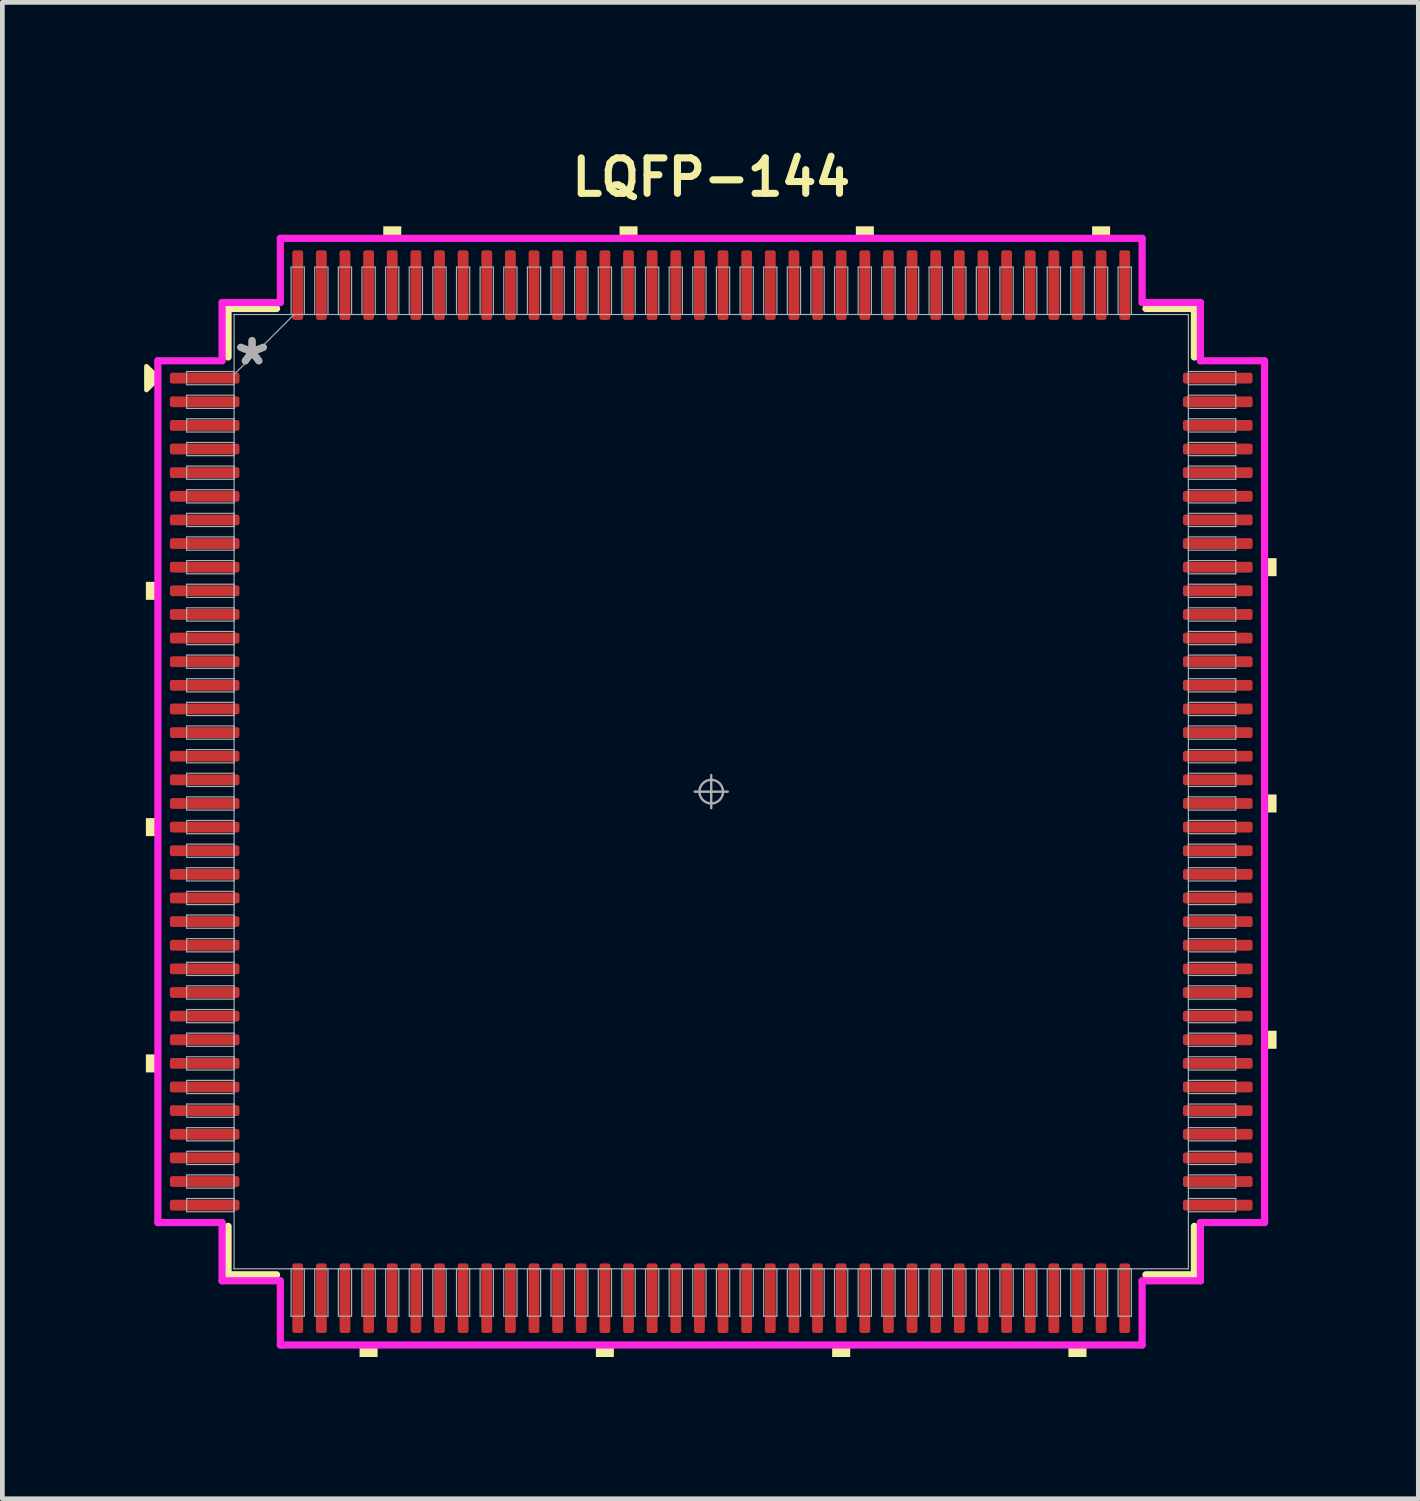
<source format=kicad_pcb>
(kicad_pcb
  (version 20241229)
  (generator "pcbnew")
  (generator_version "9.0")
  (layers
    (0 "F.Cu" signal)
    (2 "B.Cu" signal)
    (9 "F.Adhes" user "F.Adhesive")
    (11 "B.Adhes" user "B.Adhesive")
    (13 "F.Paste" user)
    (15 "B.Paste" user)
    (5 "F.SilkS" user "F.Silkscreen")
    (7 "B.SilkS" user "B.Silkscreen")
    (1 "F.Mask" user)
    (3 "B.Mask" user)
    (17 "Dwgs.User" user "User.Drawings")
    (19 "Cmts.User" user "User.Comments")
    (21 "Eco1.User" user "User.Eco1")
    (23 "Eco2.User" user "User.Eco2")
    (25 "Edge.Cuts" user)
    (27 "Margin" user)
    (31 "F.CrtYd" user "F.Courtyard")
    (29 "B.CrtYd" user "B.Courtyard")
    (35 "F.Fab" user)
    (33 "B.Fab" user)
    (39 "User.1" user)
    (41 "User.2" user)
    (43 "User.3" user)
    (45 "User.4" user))
  (footprint "LQFP-144"
    (layer "F.Cu")
    (at 12 13.702)
    (property "Reference" "LQFP-144" (at 0 -13 0) (unlocked yes) (layer "F.SilkS") (effects (font (size 0.75 0.75) (thickness 0.15))))
    (attr smd)
    (fp_line (start -10.223 -10.223) (end -10.223 -9.197) (stroke (width 0.15) (type solid)) (layer "F.SilkS"))
    (fp_line (start -10.223 9.197) (end -10.223 10.223) (stroke (width 0.15) (type solid)) (layer "F.SilkS"))
    (fp_line (start -10.223 10.223) (end -9.197 10.223) (stroke (width 0.15) (type solid)) (layer "F.SilkS"))
    (fp_line (start -9.197 -10.223) (end -10.223 -10.223) (stroke (width 0.15) (type solid)) (layer "F.SilkS"))
    (fp_line (start 9.197 10.223) (end 10.223 10.223) (stroke (width 0.15) (type solid)) (layer "F.SilkS"))
    (fp_line (start 10.223 -10.223) (end 9.197 -10.223) (stroke (width 0.15) (type solid)) (layer "F.SilkS"))
    (fp_line (start 10.223 -9.197) (end 10.223 -10.223) (stroke (width 0.15) (type solid)) (layer "F.SilkS"))
    (fp_line (start 10.223 10.223) (end 10.223 9.197) (stroke (width 0.15) (type solid)) (layer "F.SilkS"))
    (fp_poly (pts (xy -11.7 -8.75) (xy -11.95 -8.5) (xy -11.95 -9)) (stroke (width 0.1) (type solid)) (fill yes) (layer "F.SilkS"))
    (fp_poly (pts (xy -11.963 -4.44) (xy -11.963 -4.059) (xy -11.709 -4.059) (xy -11.709 -4.44)) (stroke (width 0) (type solid)) (fill yes) (layer "F.SilkS"))
    (fp_poly (pts (xy -11.963 0.56) (xy -11.963 0.941) (xy -11.709 0.941) (xy -11.709 0.56)) (stroke (width 0) (type solid)) (fill yes) (layer "F.SilkS"))
    (fp_poly (pts (xy -11.963 5.56) (xy -11.963 5.941) (xy -11.709 5.941) (xy -11.709 5.56)) (stroke (width 0) (type solid)) (fill yes) (layer "F.SilkS"))
    (fp_poly (pts (xy -7.441 11.709) (xy -7.441 11.963) (xy -7.06 11.963) (xy -7.06 11.709)) (stroke (width 0) (type solid)) (fill yes) (layer "F.SilkS"))
    (fp_poly (pts (xy -6.94 -11.709) (xy -6.94 -11.963) (xy -6.559 -11.963) (xy -6.559 -11.709)) (stroke (width 0) (type solid)) (fill yes) (layer "F.SilkS"))
    (fp_poly (pts (xy -2.441 11.709) (xy -2.441 11.963) (xy -2.06 11.963) (xy -2.06 11.709)) (stroke (width 0) (type solid)) (fill yes) (layer "F.SilkS"))
    (fp_poly (pts (xy -1.94 -11.709) (xy -1.94 -11.963) (xy -1.559 -11.963) (xy -1.559 -11.709)) (stroke (width 0) (type solid)) (fill yes) (layer "F.SilkS"))
    (fp_poly (pts (xy 2.559 11.709) (xy 2.559 11.963) (xy 2.941 11.963) (xy 2.941 11.709)) (stroke (width 0) (type solid)) (fill yes) (layer "F.SilkS"))
    (fp_poly (pts (xy 3.06 -11.709) (xy 3.06 -11.963) (xy 3.441 -11.963) (xy 3.441 -11.709)) (stroke (width 0) (type solid)) (fill yes) (layer "F.SilkS"))
    (fp_poly (pts (xy 7.559 11.709) (xy 7.559 11.963) (xy 7.941 11.963) (xy 7.941 11.709)) (stroke (width 0) (type solid)) (fill yes) (layer "F.SilkS"))
    (fp_poly (pts (xy 8.06 -11.709) (xy 8.06 -11.963) (xy 8.441 -11.963) (xy 8.441 -11.709)) (stroke (width 0) (type solid)) (fill yes) (layer "F.SilkS"))
    (fp_poly (pts (xy 11.963 -4.941) (xy 11.963 -4.56) (xy 11.709 -4.56) (xy 11.709 -4.941)) (stroke (width 0) (type solid)) (fill yes) (layer "F.SilkS"))
    (fp_poly (pts (xy 11.963 0.059) (xy 11.963 0.441) (xy 11.709 0.441) (xy 11.709 0.059)) (stroke (width 0) (type solid)) (fill yes) (layer "F.SilkS"))
    (fp_poly (pts (xy 11.963 5.059) (xy 11.963 5.441) (xy 11.709 5.441) (xy 11.709 5.059)) (stroke (width 0) (type solid)) (fill yes) (layer "F.SilkS"))
    (fp_line (start -11.709 -9.118) (end -10.351 -9.118) (stroke (width 0.152) (type solid)) (layer "F.CrtYd"))
    (fp_line (start -11.709 9.118) (end -11.709 -9.118) (stroke (width 0.152) (type solid)) (layer "F.CrtYd"))
    (fp_line (start -10.351 -10.351) (end -9.118 -10.351) (stroke (width 0.152) (type solid)) (layer "F.CrtYd"))
    (fp_line (start -10.351 -9.118) (end -10.351 -10.351) (stroke (width 0.152) (type solid)) (layer "F.CrtYd"))
    (fp_line (start -10.351 9.118) (end -11.709 9.118) (stroke (width 0.152) (type solid)) (layer "F.CrtYd"))
    (fp_line (start -10.351 10.351) (end -10.351 9.118) (stroke (width 0.152) (type solid)) (layer "F.CrtYd"))
    (fp_line (start -10.351 10.351) (end -9.118 10.351) (stroke (width 0.152) (type solid)) (layer "F.CrtYd"))
    (fp_line (start -9.118 -11.709) (end 9.118 -11.709) (stroke (width 0.152) (type solid)) (layer "F.CrtYd"))
    (fp_line (start -9.118 -10.351) (end -9.118 -11.709) (stroke (width 0.152) (type solid)) (layer "F.CrtYd"))
    (fp_line (start -9.118 10.351) (end -9.118 11.709) (stroke (width 0.152) (type solid)) (layer "F.CrtYd"))
    (fp_line (start -9.118 11.709) (end 9.118 11.709) (stroke (width 0.152) (type solid)) (layer "F.CrtYd"))
    (fp_line (start 9.118 -11.709) (end 9.118 -10.351) (stroke (width 0.152) (type solid)) (layer "F.CrtYd"))
    (fp_line (start 9.118 -10.351) (end 10.351 -10.351) (stroke (width 0.152) (type solid)) (layer "F.CrtYd"))
    (fp_line (start 9.118 10.351) (end 10.351 10.351) (stroke (width 0.152) (type solid)) (layer "F.CrtYd"))
    (fp_line (start 9.118 11.709) (end 9.118 10.351) (stroke (width 0.152) (type solid)) (layer "F.CrtYd"))
    (fp_line (start 10.351 -9.118) (end 10.351 -10.351) (stroke (width 0.152) (type solid)) (layer "F.CrtYd"))
    (fp_line (start 10.351 9.118) (end 11.709 9.118) (stroke (width 0.152) (type solid)) (layer "F.CrtYd"))
    (fp_line (start 10.351 10.351) (end 10.351 9.118) (stroke (width 0.152) (type solid)) (layer "F.CrtYd"))
    (fp_line (start 11.709 -9.118) (end 10.351 -9.118) (stroke (width 0.152) (type solid)) (layer "F.CrtYd"))
    (fp_line (start 11.709 9.118) (end 11.709 -9.118) (stroke (width 0.152) (type solid)) (layer "F.CrtYd"))
    (fp_line (start -11.1 -8.89) (end -11.1 -8.61) (stroke (width 0.025) (type solid)) (layer "F.Fab"))
    (fp_line (start -11.1 -8.61) (end -10.097 -8.61) (stroke (width 0.025) (type solid)) (layer "F.Fab"))
    (fp_line (start -11.1 -8.39) (end -11.1 -8.11) (stroke (width 0.025) (type solid)) (layer "F.Fab"))
    (fp_line (start -11.1 -8.11) (end -10.097 -8.11) (stroke (width 0.025) (type solid)) (layer "F.Fab"))
    (fp_line (start -11.1 -7.89) (end -11.1 -7.61) (stroke (width 0.025) (type solid)) (layer "F.Fab"))
    (fp_line (start -11.1 -7.61) (end -10.097 -7.61) (stroke (width 0.025) (type solid)) (layer "F.Fab"))
    (fp_line (start -11.1 -7.39) (end -11.1 -7.11) (stroke (width 0.025) (type solid)) (layer "F.Fab"))
    (fp_line (start -11.1 -7.11) (end -10.097 -7.11) (stroke (width 0.025) (type solid)) (layer "F.Fab"))
    (fp_line (start -11.1 -6.89) (end -11.1 -6.61) (stroke (width 0.025) (type solid)) (layer "F.Fab"))
    (fp_line (start -11.1 -6.61) (end -10.097 -6.61) (stroke (width 0.025) (type solid)) (layer "F.Fab"))
    (fp_line (start -11.1 -6.39) (end -11.1 -6.11) (stroke (width 0.025) (type solid)) (layer "F.Fab"))
    (fp_line (start -11.1 -6.11) (end -10.097 -6.11) (stroke (width 0.025) (type solid)) (layer "F.Fab"))
    (fp_line (start -11.1 -5.89) (end -11.1 -5.61) (stroke (width 0.025) (type solid)) (layer "F.Fab"))
    (fp_line (start -11.1 -5.61) (end -10.097 -5.61) (stroke (width 0.025) (type solid)) (layer "F.Fab"))
    (fp_line (start -11.1 -5.39) (end -11.1 -5.11) (stroke (width 0.025) (type solid)) (layer "F.Fab"))
    (fp_line (start -11.1 -5.11) (end -10.097 -5.11) (stroke (width 0.025) (type solid)) (layer "F.Fab"))
    (fp_line (start -11.1 -4.89) (end -11.1 -4.61) (stroke (width 0.025) (type solid)) (layer "F.Fab"))
    (fp_line (start -11.1 -4.61) (end -10.097 -4.61) (stroke (width 0.025) (type solid)) (layer "F.Fab"))
    (fp_line (start -11.1 -4.39) (end -11.1 -4.11) (stroke (width 0.025) (type solid)) (layer "F.Fab"))
    (fp_line (start -11.1 -4.11) (end -10.097 -4.11) (stroke (width 0.025) (type solid)) (layer "F.Fab"))
    (fp_line (start -11.1 -3.89) (end -11.1 -3.61) (stroke (width 0.025) (type solid)) (layer "F.Fab"))
    (fp_line (start -11.1 -3.61) (end -10.097 -3.61) (stroke (width 0.025) (type solid)) (layer "F.Fab"))
    (fp_line (start -11.1 -3.39) (end -11.1 -3.11) (stroke (width 0.025) (type solid)) (layer "F.Fab"))
    (fp_line (start -11.1 -3.11) (end -10.097 -3.11) (stroke (width 0.025) (type solid)) (layer "F.Fab"))
    (fp_line (start -11.1 -2.89) (end -11.1 -2.61) (stroke (width 0.025) (type solid)) (layer "F.Fab"))
    (fp_line (start -11.1 -2.61) (end -10.097 -2.61) (stroke (width 0.025) (type solid)) (layer "F.Fab"))
    (fp_line (start -11.1 -2.39) (end -11.1 -2.11) (stroke (width 0.025) (type solid)) (layer "F.Fab"))
    (fp_line (start -11.1 -2.11) (end -10.097 -2.11) (stroke (width 0.025) (type solid)) (layer "F.Fab"))
    (fp_line (start -11.1 -1.89) (end -11.1 -1.61) (stroke (width 0.025) (type solid)) (layer "F.Fab"))
    (fp_line (start -11.1 -1.61) (end -10.097 -1.61) (stroke (width 0.025) (type solid)) (layer "F.Fab"))
    (fp_line (start -11.1 -1.39) (end -11.1 -1.11) (stroke (width 0.025) (type solid)) (layer "F.Fab"))
    (fp_line (start -11.1 -1.11) (end -10.097 -1.11) (stroke (width 0.025) (type solid)) (layer "F.Fab"))
    (fp_line (start -11.1 -0.89) (end -11.1 -0.61) (stroke (width 0.025) (type solid)) (layer "F.Fab"))
    (fp_line (start -11.1 -0.61) (end -10.097 -0.61) (stroke (width 0.025) (type solid)) (layer "F.Fab"))
    (fp_line (start -11.1 -0.39) (end -11.1 -0.11) (stroke (width 0.025) (type solid)) (layer "F.Fab"))
    (fp_line (start -11.1 -0.11) (end -10.097 -0.11) (stroke (width 0.025) (type solid)) (layer "F.Fab"))
    (fp_line (start -11.1 0.11) (end -11.1 0.39) (stroke (width 0.025) (type solid)) (layer "F.Fab"))
    (fp_line (start -11.1 0.39) (end -10.097 0.39) (stroke (width 0.025) (type solid)) (layer "F.Fab"))
    (fp_line (start -11.1 0.61) (end -11.1 0.89) (stroke (width 0.025) (type solid)) (layer "F.Fab"))
    (fp_line (start -11.1 0.89) (end -10.097 0.89) (stroke (width 0.025) (type solid)) (layer "F.Fab"))
    (fp_line (start -11.1 1.11) (end -11.1 1.39) (stroke (width 0.025) (type solid)) (layer "F.Fab"))
    (fp_line (start -11.1 1.39) (end -10.097 1.39) (stroke (width 0.025) (type solid)) (layer "F.Fab"))
    (fp_line (start -11.1 1.61) (end -11.1 1.89) (stroke (width 0.025) (type solid)) (layer "F.Fab"))
    (fp_line (start -11.1 1.89) (end -10.097 1.89) (stroke (width 0.025) (type solid)) (layer "F.Fab"))
    (fp_line (start -11.1 2.11) (end -11.1 2.39) (stroke (width 0.025) (type solid)) (layer "F.Fab"))
    (fp_line (start -11.1 2.39) (end -10.097 2.39) (stroke (width 0.025) (type solid)) (layer "F.Fab"))
    (fp_line (start -11.1 2.61) (end -11.1 2.89) (stroke (width 0.025) (type solid)) (layer "F.Fab"))
    (fp_line (start -11.1 2.89) (end -10.097 2.89) (stroke (width 0.025) (type solid)) (layer "F.Fab"))
    (fp_line (start -11.1 3.11) (end -11.1 3.39) (stroke (width 0.025) (type solid)) (layer "F.Fab"))
    (fp_line (start -11.1 3.39) (end -10.097 3.39) (stroke (width 0.025) (type solid)) (layer "F.Fab"))
    (fp_line (start -11.1 3.61) (end -11.1 3.89) (stroke (width 0.025) (type solid)) (layer "F.Fab"))
    (fp_line (start -11.1 3.89) (end -10.097 3.89) (stroke (width 0.025) (type solid)) (layer "F.Fab"))
    (fp_line (start -11.1 4.11) (end -11.1 4.39) (stroke (width 0.025) (type solid)) (layer "F.Fab"))
    (fp_line (start -11.1 4.39) (end -10.097 4.39) (stroke (width 0.025) (type solid)) (layer "F.Fab"))
    (fp_line (start -11.1 4.61) (end -11.1 4.89) (stroke (width 0.025) (type solid)) (layer "F.Fab"))
    (fp_line (start -11.1 4.89) (end -10.097 4.89) (stroke (width 0.025) (type solid)) (layer "F.Fab"))
    (fp_line (start -11.1 5.11) (end -11.1 5.39) (stroke (width 0.025) (type solid)) (layer "F.Fab"))
    (fp_line (start -11.1 5.39) (end -10.097 5.39) (stroke (width 0.025) (type solid)) (layer "F.Fab"))
    (fp_line (start -11.1 5.61) (end -11.1 5.89) (stroke (width 0.025) (type solid)) (layer "F.Fab"))
    (fp_line (start -11.1 5.89) (end -10.097 5.89) (stroke (width 0.025) (type solid)) (layer "F.Fab"))
    (fp_line (start -11.1 6.11) (end -11.1 6.39) (stroke (width 0.025) (type solid)) (layer "F.Fab"))
    (fp_line (start -11.1 6.39) (end -10.097 6.39) (stroke (width 0.025) (type solid)) (layer "F.Fab"))
    (fp_line (start -11.1 6.61) (end -11.1 6.89) (stroke (width 0.025) (type solid)) (layer "F.Fab"))
    (fp_line (start -11.1 6.89) (end -10.097 6.89) (stroke (width 0.025) (type solid)) (layer "F.Fab"))
    (fp_line (start -11.1 7.11) (end -11.1 7.39) (stroke (width 0.025) (type solid)) (layer "F.Fab"))
    (fp_line (start -11.1 7.39) (end -10.097 7.39) (stroke (width 0.025) (type solid)) (layer "F.Fab"))
    (fp_line (start -11.1 7.61) (end -11.1 7.89) (stroke (width 0.025) (type solid)) (layer "F.Fab"))
    (fp_line (start -11.1 7.89) (end -10.097 7.89) (stroke (width 0.025) (type solid)) (layer "F.Fab"))
    (fp_line (start -11.1 8.11) (end -11.1 8.39) (stroke (width 0.025) (type solid)) (layer "F.Fab"))
    (fp_line (start -11.1 8.39) (end -10.097 8.39) (stroke (width 0.025) (type solid)) (layer "F.Fab"))
    (fp_line (start -11.1 8.61) (end -11.1 8.89) (stroke (width 0.025) (type solid)) (layer "F.Fab"))
    (fp_line (start -11.1 8.89) (end -10.097 8.89) (stroke (width 0.025) (type solid)) (layer "F.Fab"))
    (fp_line (start -10.097 -10.097) (end -10.097 -10.097) (stroke (width 0.025) (type solid)) (layer "F.Fab"))
    (fp_line (start -10.097 -10.097) (end -10.097 10.097) (stroke (width 0.025) (type solid)) (layer "F.Fab"))
    (fp_line (start -10.097 -8.89) (end -11.1 -8.89) (stroke (width 0.025) (type solid)) (layer "F.Fab"))
    (fp_line (start -10.097 -8.826) (end -8.826 -10.097) (stroke (width 0.025) (type solid)) (layer "F.Fab"))
    (fp_line (start -10.097 -8.61) (end -10.097 -8.89) (stroke (width 0.025) (type solid)) (layer "F.Fab"))
    (fp_line (start -10.097 -8.39) (end -11.1 -8.39) (stroke (width 0.025) (type solid)) (layer "F.Fab"))
    (fp_line (start -10.097 -8.11) (end -10.097 -8.39) (stroke (width 0.025) (type solid)) (layer "F.Fab"))
    (fp_line (start -10.097 -7.89) (end -11.1 -7.89) (stroke (width 0.025) (type solid)) (layer "F.Fab"))
    (fp_line (start -10.097 -7.61) (end -10.097 -7.89) (stroke (width 0.025) (type solid)) (layer "F.Fab"))
    (fp_line (start -10.097 -7.39) (end -11.1 -7.39) (stroke (width 0.025) (type solid)) (layer "F.Fab"))
    (fp_line (start -10.097 -7.11) (end -10.097 -7.39) (stroke (width 0.025) (type solid)) (layer "F.Fab"))
    (fp_line (start -10.097 -6.89) (end -11.1 -6.89) (stroke (width 0.025) (type solid)) (layer "F.Fab"))
    (fp_line (start -10.097 -6.61) (end -10.097 -6.89) (stroke (width 0.025) (type solid)) (layer "F.Fab"))
    (fp_line (start -10.097 -6.39) (end -11.1 -6.39) (stroke (width 0.025) (type solid)) (layer "F.Fab"))
    (fp_line (start -10.097 -6.11) (end -10.097 -6.39) (stroke (width 0.025) (type solid)) (layer "F.Fab"))
    (fp_line (start -10.097 -5.89) (end -11.1 -5.89) (stroke (width 0.025) (type solid)) (layer "F.Fab"))
    (fp_line (start -10.097 -5.61) (end -10.097 -5.89) (stroke (width 0.025) (type solid)) (layer "F.Fab"))
    (fp_line (start -10.097 -5.39) (end -11.1 -5.39) (stroke (width 0.025) (type solid)) (layer "F.Fab"))
    (fp_line (start -10.097 -5.11) (end -10.097 -5.39) (stroke (width 0.025) (type solid)) (layer "F.Fab"))
    (fp_line (start -10.097 -4.89) (end -11.1 -4.89) (stroke (width 0.025) (type solid)) (layer "F.Fab"))
    (fp_line (start -10.097 -4.61) (end -10.097 -4.89) (stroke (width 0.025) (type solid)) (layer "F.Fab"))
    (fp_line (start -10.097 -4.39) (end -11.1 -4.39) (stroke (width 0.025) (type solid)) (layer "F.Fab"))
    (fp_line (start -10.097 -4.11) (end -10.097 -4.39) (stroke (width 0.025) (type solid)) (layer "F.Fab"))
    (fp_line (start -10.097 -3.89) (end -11.1 -3.89) (stroke (width 0.025) (type solid)) (layer "F.Fab"))
    (fp_line (start -10.097 -3.61) (end -10.097 -3.89) (stroke (width 0.025) (type solid)) (layer "F.Fab"))
    (fp_line (start -10.097 -3.39) (end -11.1 -3.39) (stroke (width 0.025) (type solid)) (layer "F.Fab"))
    (fp_line (start -10.097 -3.11) (end -10.097 -3.39) (stroke (width 0.025) (type solid)) (layer "F.Fab"))
    (fp_line (start -10.097 -2.89) (end -11.1 -2.89) (stroke (width 0.025) (type solid)) (layer "F.Fab"))
    (fp_line (start -10.097 -2.61) (end -10.097 -2.89) (stroke (width 0.025) (type solid)) (layer "F.Fab"))
    (fp_line (start -10.097 -2.39) (end -11.1 -2.39) (stroke (width 0.025) (type solid)) (layer "F.Fab"))
    (fp_line (start -10.097 -2.11) (end -10.097 -2.39) (stroke (width 0.025) (type solid)) (layer "F.Fab"))
    (fp_line (start -10.097 -1.89) (end -11.1 -1.89) (stroke (width 0.025) (type solid)) (layer "F.Fab"))
    (fp_line (start -10.097 -1.61) (end -10.097 -1.89) (stroke (width 0.025) (type solid)) (layer "F.Fab"))
    (fp_line (start -10.097 -1.39) (end -11.1 -1.39) (stroke (width 0.025) (type solid)) (layer "F.Fab"))
    (fp_line (start -10.097 -1.11) (end -10.097 -1.39) (stroke (width 0.025) (type solid)) (layer "F.Fab"))
    (fp_line (start -10.097 -0.89) (end -11.1 -0.89) (stroke (width 0.025) (type solid)) (layer "F.Fab"))
    (fp_line (start -10.097 -0.61) (end -10.097 -0.89) (stroke (width 0.025) (type solid)) (layer "F.Fab"))
    (fp_line (start -10.097 -0.39) (end -11.1 -0.39) (stroke (width 0.025) (type solid)) (layer "F.Fab"))
    (fp_line (start -10.097 -0.11) (end -10.097 -0.39) (stroke (width 0.025) (type solid)) (layer "F.Fab"))
    (fp_line (start -10.097 0.11) (end -11.1 0.11) (stroke (width 0.025) (type solid)) (layer "F.Fab"))
    (fp_line (start -10.097 0.39) (end -10.097 0.11) (stroke (width 0.025) (type solid)) (layer "F.Fab"))
    (fp_line (start -10.097 0.61) (end -11.1 0.61) (stroke (width 0.025) (type solid)) (layer "F.Fab"))
    (fp_line (start -10.097 0.89) (end -10.097 0.61) (stroke (width 0.025) (type solid)) (layer "F.Fab"))
    (fp_line (start -10.097 1.11) (end -11.1 1.11) (stroke (width 0.025) (type solid)) (layer "F.Fab"))
    (fp_line (start -10.097 1.39) (end -10.097 1.11) (stroke (width 0.025) (type solid)) (layer "F.Fab"))
    (fp_line (start -10.097 1.61) (end -11.1 1.61) (stroke (width 0.025) (type solid)) (layer "F.Fab"))
    (fp_line (start -10.097 1.89) (end -10.097 1.61) (stroke (width 0.025) (type solid)) (layer "F.Fab"))
    (fp_line (start -10.097 2.11) (end -11.1 2.11) (stroke (width 0.025) (type solid)) (layer "F.Fab"))
    (fp_line (start -10.097 2.39) (end -10.097 2.11) (stroke (width 0.025) (type solid)) (layer "F.Fab"))
    (fp_line (start -10.097 2.61) (end -11.1 2.61) (stroke (width 0.025) (type solid)) (layer "F.Fab"))
    (fp_line (start -10.097 2.89) (end -10.097 2.61) (stroke (width 0.025) (type solid)) (layer "F.Fab"))
    (fp_line (start -10.097 3.11) (end -11.1 3.11) (stroke (width 0.025) (type solid)) (layer "F.Fab"))
    (fp_line (start -10.097 3.39) (end -10.097 3.11) (stroke (width 0.025) (type solid)) (layer "F.Fab"))
    (fp_line (start -10.097 3.61) (end -11.1 3.61) (stroke (width 0.025) (type solid)) (layer "F.Fab"))
    (fp_line (start -10.097 3.89) (end -10.097 3.61) (stroke (width 0.025) (type solid)) (layer "F.Fab"))
    (fp_line (start -10.097 4.11) (end -11.1 4.11) (stroke (width 0.025) (type solid)) (layer "F.Fab"))
    (fp_line (start -10.097 4.39) (end -10.097 4.11) (stroke (width 0.025) (type solid)) (layer "F.Fab"))
    (fp_line (start -10.097 4.61) (end -11.1 4.61) (stroke (width 0.025) (type solid)) (layer "F.Fab"))
    (fp_line (start -10.097 4.89) (end -10.097 4.61) (stroke (width 0.025) (type solid)) (layer "F.Fab"))
    (fp_line (start -10.097 5.11) (end -11.1 5.11) (stroke (width 0.025) (type solid)) (layer "F.Fab"))
    (fp_line (start -10.097 5.39) (end -10.097 5.11) (stroke (width 0.025) (type solid)) (layer "F.Fab"))
    (fp_line (start -10.097 5.61) (end -11.1 5.61) (stroke (width 0.025) (type solid)) (layer "F.Fab"))
    (fp_line (start -10.097 5.89) (end -10.097 5.61) (stroke (width 0.025) (type solid)) (layer "F.Fab"))
    (fp_line (start -10.097 6.11) (end -11.1 6.11) (stroke (width 0.025) (type solid)) (layer "F.Fab"))
    (fp_line (start -10.097 6.39) (end -10.097 6.11) (stroke (width 0.025) (type solid)) (layer "F.Fab"))
    (fp_line (start -10.097 6.61) (end -11.1 6.61) (stroke (width 0.025) (type solid)) (layer "F.Fab"))
    (fp_line (start -10.097 6.89) (end -10.097 6.61) (stroke (width 0.025) (type solid)) (layer "F.Fab"))
    (fp_line (start -10.097 7.11) (end -11.1 7.11) (stroke (width 0.025) (type solid)) (layer "F.Fab"))
    (fp_line (start -10.097 7.39) (end -10.097 7.11) (stroke (width 0.025) (type solid)) (layer "F.Fab"))
    (fp_line (start -10.097 7.61) (end -11.1 7.61) (stroke (width 0.025) (type solid)) (layer "F.Fab"))
    (fp_line (start -10.097 7.89) (end -10.097 7.61) (stroke (width 0.025) (type solid)) (layer "F.Fab"))
    (fp_line (start -10.097 8.11) (end -11.1 8.11) (stroke (width 0.025) (type solid)) (layer "F.Fab"))
    (fp_line (start -10.097 8.39) (end -10.097 8.11) (stroke (width 0.025) (type solid)) (layer "F.Fab"))
    (fp_line (start -10.097 8.61) (end -11.1 8.61) (stroke (width 0.025) (type solid)) (layer "F.Fab"))
    (fp_line (start -10.097 8.89) (end -10.097 8.61) (stroke (width 0.025) (type solid)) (layer "F.Fab"))
    (fp_line (start -10.097 10.097) (end -10.097 10.097) (stroke (width 0.025) (type solid)) (layer "F.Fab"))
    (fp_line (start -10.097 10.097) (end 10.097 10.097) (stroke (width 0.025) (type solid)) (layer "F.Fab"))
    (fp_line (start -8.89 -11.1) (end -8.89 -10.097) (stroke (width 0.025) (type solid)) (layer "F.Fab"))
    (fp_line (start -8.89 -10.097) (end -8.61 -10.097) (stroke (width 0.025) (type solid)) (layer "F.Fab"))
    (fp_line (start -8.89 10.097) (end -8.89 11.1) (stroke (width 0.025) (type solid)) (layer "F.Fab"))
    (fp_line (start -8.89 11.1) (end -8.61 11.1) (stroke (width 0.025) (type solid)) (layer "F.Fab"))
    (fp_line (start -8.61 -11.1) (end -8.89 -11.1) (stroke (width 0.025) (type solid)) (layer "F.Fab"))
    (fp_line (start -8.61 -10.097) (end -8.61 -11.1) (stroke (width 0.025) (type solid)) (layer "F.Fab"))
    (fp_line (start -8.61 10.097) (end -8.89 10.097) (stroke (width 0.025) (type solid)) (layer "F.Fab"))
    (fp_line (start -8.61 11.1) (end -8.61 10.097) (stroke (width 0.025) (type solid)) (layer "F.Fab"))
    (fp_line (start -8.39 -11.1) (end -8.39 -10.097) (stroke (width 0.025) (type solid)) (layer "F.Fab"))
    (fp_line (start -8.39 -10.097) (end -8.11 -10.097) (stroke (width 0.025) (type solid)) (layer "F.Fab"))
    (fp_line (start -8.39 10.097) (end -8.39 11.1) (stroke (width 0.025) (type solid)) (layer "F.Fab"))
    (fp_line (start -8.39 11.1) (end -8.11 11.1) (stroke (width 0.025) (type solid)) (layer "F.Fab"))
    (fp_line (start -8.11 -11.1) (end -8.39 -11.1) (stroke (width 0.025) (type solid)) (layer "F.Fab"))
    (fp_line (start -8.11 -10.097) (end -8.11 -11.1) (stroke (width 0.025) (type solid)) (layer "F.Fab"))
    (fp_line (start -8.11 10.097) (end -8.39 10.097) (stroke (width 0.025) (type solid)) (layer "F.Fab"))
    (fp_line (start -8.11 11.1) (end -8.11 10.097) (stroke (width 0.025) (type solid)) (layer "F.Fab"))
    (fp_line (start -7.89 -11.1) (end -7.89 -10.097) (stroke (width 0.025) (type solid)) (layer "F.Fab"))
    (fp_line (start -7.89 -10.097) (end -7.61 -10.097) (stroke (width 0.025) (type solid)) (layer "F.Fab"))
    (fp_line (start -7.89 10.097) (end -7.89 11.1) (stroke (width 0.025) (type solid)) (layer "F.Fab"))
    (fp_line (start -7.89 11.1) (end -7.61 11.1) (stroke (width 0.025) (type solid)) (layer "F.Fab"))
    (fp_line (start -7.61 -11.1) (end -7.89 -11.1) (stroke (width 0.025) (type solid)) (layer "F.Fab"))
    (fp_line (start -7.61 -10.097) (end -7.61 -11.1) (stroke (width 0.025) (type solid)) (layer "F.Fab"))
    (fp_line (start -7.61 10.097) (end -7.89 10.097) (stroke (width 0.025) (type solid)) (layer "F.Fab"))
    (fp_line (start -7.61 11.1) (end -7.61 10.097) (stroke (width 0.025) (type solid)) (layer "F.Fab"))
    (fp_line (start -7.39 -11.1) (end -7.39 -10.097) (stroke (width 0.025) (type solid)) (layer "F.Fab"))
    (fp_line (start -7.39 -10.097) (end -7.11 -10.097) (stroke (width 0.025) (type solid)) (layer "F.Fab"))
    (fp_line (start -7.39 10.097) (end -7.39 11.1) (stroke (width 0.025) (type solid)) (layer "F.Fab"))
    (fp_line (start -7.39 11.1) (end -7.11 11.1) (stroke (width 0.025) (type solid)) (layer "F.Fab"))
    (fp_line (start -7.11 -11.1) (end -7.39 -11.1) (stroke (width 0.025) (type solid)) (layer "F.Fab"))
    (fp_line (start -7.11 -10.097) (end -7.11 -11.1) (stroke (width 0.025) (type solid)) (layer "F.Fab"))
    (fp_line (start -7.11 10.097) (end -7.39 10.097) (stroke (width 0.025) (type solid)) (layer "F.Fab"))
    (fp_line (start -7.11 11.1) (end -7.11 10.097) (stroke (width 0.025) (type solid)) (layer "F.Fab"))
    (fp_line (start -6.89 -11.1) (end -6.89 -10.097) (stroke (width 0.025) (type solid)) (layer "F.Fab"))
    (fp_line (start -6.89 -10.097) (end -6.61 -10.097) (stroke (width 0.025) (type solid)) (layer "F.Fab"))
    (fp_line (start -6.89 10.097) (end -6.89 11.1) (stroke (width 0.025) (type solid)) (layer "F.Fab"))
    (fp_line (start -6.89 11.1) (end -6.61 11.1) (stroke (width 0.025) (type solid)) (layer "F.Fab"))
    (fp_line (start -6.61 -11.1) (end -6.89 -11.1) (stroke (width 0.025) (type solid)) (layer "F.Fab"))
    (fp_line (start -6.61 -10.097) (end -6.61 -11.1) (stroke (width 0.025) (type solid)) (layer "F.Fab"))
    (fp_line (start -6.61 10.097) (end -6.89 10.097) (stroke (width 0.025) (type solid)) (layer "F.Fab"))
    (fp_line (start -6.61 11.1) (end -6.61 10.097) (stroke (width 0.025) (type solid)) (layer "F.Fab"))
    (fp_line (start -6.39 -11.1) (end -6.39 -10.097) (stroke (width 0.025) (type solid)) (layer "F.Fab"))
    (fp_line (start -6.39 -10.097) (end -6.11 -10.097) (stroke (width 0.025) (type solid)) (layer "F.Fab"))
    (fp_line (start -6.39 10.097) (end -6.39 11.1) (stroke (width 0.025) (type solid)) (layer "F.Fab"))
    (fp_line (start -6.39 11.1) (end -6.11 11.1) (stroke (width 0.025) (type solid)) (layer "F.Fab"))
    (fp_line (start -6.11 -11.1) (end -6.39 -11.1) (stroke (width 0.025) (type solid)) (layer "F.Fab"))
    (fp_line (start -6.11 -10.097) (end -6.11 -11.1) (stroke (width 0.025) (type solid)) (layer "F.Fab"))
    (fp_line (start -6.11 10.097) (end -6.39 10.097) (stroke (width 0.025) (type solid)) (layer "F.Fab"))
    (fp_line (start -6.11 11.1) (end -6.11 10.097) (stroke (width 0.025) (type solid)) (layer "F.Fab"))
    (fp_line (start -5.89 -11.1) (end -5.89 -10.097) (stroke (width 0.025) (type solid)) (layer "F.Fab"))
    (fp_line (start -5.89 -10.097) (end -5.61 -10.097) (stroke (width 0.025) (type solid)) (layer "F.Fab"))
    (fp_line (start -5.89 10.097) (end -5.89 11.1) (stroke (width 0.025) (type solid)) (layer "F.Fab"))
    (fp_line (start -5.89 11.1) (end -5.61 11.1) (stroke (width 0.025) (type solid)) (layer "F.Fab"))
    (fp_line (start -5.61 -11.1) (end -5.89 -11.1) (stroke (width 0.025) (type solid)) (layer "F.Fab"))
    (fp_line (start -5.61 -10.097) (end -5.61 -11.1) (stroke (width 0.025) (type solid)) (layer "F.Fab"))
    (fp_line (start -5.61 10.097) (end -5.89 10.097) (stroke (width 0.025) (type solid)) (layer "F.Fab"))
    (fp_line (start -5.61 11.1) (end -5.61 10.097) (stroke (width 0.025) (type solid)) (layer "F.Fab"))
    (fp_line (start -5.39 -11.1) (end -5.39 -10.097) (stroke (width 0.025) (type solid)) (layer "F.Fab"))
    (fp_line (start -5.39 -10.097) (end -5.11 -10.097) (stroke (width 0.025) (type solid)) (layer "F.Fab"))
    (fp_line (start -5.39 10.097) (end -5.39 11.1) (stroke (width 0.025) (type solid)) (layer "F.Fab"))
    (fp_line (start -5.39 11.1) (end -5.11 11.1) (stroke (width 0.025) (type solid)) (layer "F.Fab"))
    (fp_line (start -5.11 -11.1) (end -5.39 -11.1) (stroke (width 0.025) (type solid)) (layer "F.Fab"))
    (fp_line (start -5.11 -10.097) (end -5.11 -11.1) (stroke (width 0.025) (type solid)) (layer "F.Fab"))
    (fp_line (start -5.11 10.097) (end -5.39 10.097) (stroke (width 0.025) (type solid)) (layer "F.Fab"))
    (fp_line (start -5.11 11.1) (end -5.11 10.097) (stroke (width 0.025) (type solid)) (layer "F.Fab"))
    (fp_line (start -4.89 -11.1) (end -4.89 -10.097) (stroke (width 0.025) (type solid)) (layer "F.Fab"))
    (fp_line (start -4.89 -10.097) (end -4.61 -10.097) (stroke (width 0.025) (type solid)) (layer "F.Fab"))
    (fp_line (start -4.89 10.097) (end -4.89 11.1) (stroke (width 0.025) (type solid)) (layer "F.Fab"))
    (fp_line (start -4.89 11.1) (end -4.61 11.1) (stroke (width 0.025) (type solid)) (layer "F.Fab"))
    (fp_line (start -4.61 -11.1) (end -4.89 -11.1) (stroke (width 0.025) (type solid)) (layer "F.Fab"))
    (fp_line (start -4.61 -10.097) (end -4.61 -11.1) (stroke (width 0.025) (type solid)) (layer "F.Fab"))
    (fp_line (start -4.61 10.097) (end -4.89 10.097) (stroke (width 0.025) (type solid)) (layer "F.Fab"))
    (fp_line (start -4.61 11.1) (end -4.61 10.097) (stroke (width 0.025) (type solid)) (layer "F.Fab"))
    (fp_line (start -4.39 -11.1) (end -4.39 -10.097) (stroke (width 0.025) (type solid)) (layer "F.Fab"))
    (fp_line (start -4.39 -10.097) (end -4.11 -10.097) (stroke (width 0.025) (type solid)) (layer "F.Fab"))
    (fp_line (start -4.39 10.097) (end -4.39 11.1) (stroke (width 0.025) (type solid)) (layer "F.Fab"))
    (fp_line (start -4.39 11.1) (end -4.11 11.1) (stroke (width 0.025) (type solid)) (layer "F.Fab"))
    (fp_line (start -4.11 -11.1) (end -4.39 -11.1) (stroke (width 0.025) (type solid)) (layer "F.Fab"))
    (fp_line (start -4.11 -10.097) (end -4.11 -11.1) (stroke (width 0.025) (type solid)) (layer "F.Fab"))
    (fp_line (start -4.11 10.097) (end -4.39 10.097) (stroke (width 0.025) (type solid)) (layer "F.Fab"))
    (fp_line (start -4.11 11.1) (end -4.11 10.097) (stroke (width 0.025) (type solid)) (layer "F.Fab"))
    (fp_line (start -3.89 -11.1) (end -3.89 -10.097) (stroke (width 0.025) (type solid)) (layer "F.Fab"))
    (fp_line (start -3.89 -10.097) (end -3.61 -10.097) (stroke (width 0.025) (type solid)) (layer "F.Fab"))
    (fp_line (start -3.89 10.097) (end -3.89 11.1) (stroke (width 0.025) (type solid)) (layer "F.Fab"))
    (fp_line (start -3.89 11.1) (end -3.61 11.1) (stroke (width 0.025) (type solid)) (layer "F.Fab"))
    (fp_line (start -3.61 -11.1) (end -3.89 -11.1) (stroke (width 0.025) (type solid)) (layer "F.Fab"))
    (fp_line (start -3.61 -10.097) (end -3.61 -11.1) (stroke (width 0.025) (type solid)) (layer "F.Fab"))
    (fp_line (start -3.61 10.097) (end -3.89 10.097) (stroke (width 0.025) (type solid)) (layer "F.Fab"))
    (fp_line (start -3.61 11.1) (end -3.61 10.097) (stroke (width 0.025) (type solid)) (layer "F.Fab"))
    (fp_line (start -3.39 -11.1) (end -3.39 -10.097) (stroke (width 0.025) (type solid)) (layer "F.Fab"))
    (fp_line (start -3.39 -10.097) (end -3.11 -10.097) (stroke (width 0.025) (type solid)) (layer "F.Fab"))
    (fp_line (start -3.39 10.097) (end -3.39 11.1) (stroke (width 0.025) (type solid)) (layer "F.Fab"))
    (fp_line (start -3.39 11.1) (end -3.11 11.1) (stroke (width 0.025) (type solid)) (layer "F.Fab"))
    (fp_line (start -3.11 -11.1) (end -3.39 -11.1) (stroke (width 0.025) (type solid)) (layer "F.Fab"))
    (fp_line (start -3.11 -10.097) (end -3.11 -11.1) (stroke (width 0.025) (type solid)) (layer "F.Fab"))
    (fp_line (start -3.11 10.097) (end -3.39 10.097) (stroke (width 0.025) (type solid)) (layer "F.Fab"))
    (fp_line (start -3.11 11.1) (end -3.11 10.097) (stroke (width 0.025) (type solid)) (layer "F.Fab"))
    (fp_line (start -2.89 -11.1) (end -2.89 -10.097) (stroke (width 0.025) (type solid)) (layer "F.Fab"))
    (fp_line (start -2.89 -10.097) (end -2.61 -10.097) (stroke (width 0.025) (type solid)) (layer "F.Fab"))
    (fp_line (start -2.89 10.097) (end -2.89 11.1) (stroke (width 0.025) (type solid)) (layer "F.Fab"))
    (fp_line (start -2.89 11.1) (end -2.61 11.1) (stroke (width 0.025) (type solid)) (layer "F.Fab"))
    (fp_line (start -2.61 -11.1) (end -2.89 -11.1) (stroke (width 0.025) (type solid)) (layer "F.Fab"))
    (fp_line (start -2.61 -10.097) (end -2.61 -11.1) (stroke (width 0.025) (type solid)) (layer "F.Fab"))
    (fp_line (start -2.61 10.097) (end -2.89 10.097) (stroke (width 0.025) (type solid)) (layer "F.Fab"))
    (fp_line (start -2.61 11.1) (end -2.61 10.097) (stroke (width 0.025) (type solid)) (layer "F.Fab"))
    (fp_line (start -2.39 -11.1) (end -2.39 -10.097) (stroke (width 0.025) (type solid)) (layer "F.Fab"))
    (fp_line (start -2.39 -10.097) (end -2.11 -10.097) (stroke (width 0.025) (type solid)) (layer "F.Fab"))
    (fp_line (start -2.39 10.097) (end -2.39 11.1) (stroke (width 0.025) (type solid)) (layer "F.Fab"))
    (fp_line (start -2.39 11.1) (end -2.11 11.1) (stroke (width 0.025) (type solid)) (layer "F.Fab"))
    (fp_line (start -2.11 -11.1) (end -2.39 -11.1) (stroke (width 0.025) (type solid)) (layer "F.Fab"))
    (fp_line (start -2.11 -10.097) (end -2.11 -11.1) (stroke (width 0.025) (type solid)) (layer "F.Fab"))
    (fp_line (start -2.11 10.097) (end -2.39 10.097) (stroke (width 0.025) (type solid)) (layer "F.Fab"))
    (fp_line (start -2.11 11.1) (end -2.11 10.097) (stroke (width 0.025) (type solid)) (layer "F.Fab"))
    (fp_line (start -1.89 -11.1) (end -1.89 -10.097) (stroke (width 0.025) (type solid)) (layer "F.Fab"))
    (fp_line (start -1.89 -10.097) (end -1.61 -10.097) (stroke (width 0.025) (type solid)) (layer "F.Fab"))
    (fp_line (start -1.89 10.097) (end -1.89 11.1) (stroke (width 0.025) (type solid)) (layer "F.Fab"))
    (fp_line (start -1.89 11.1) (end -1.61 11.1) (stroke (width 0.025) (type solid)) (layer "F.Fab"))
    (fp_line (start -1.61 -11.1) (end -1.89 -11.1) (stroke (width 0.025) (type solid)) (layer "F.Fab"))
    (fp_line (start -1.61 -10.097) (end -1.61 -11.1) (stroke (width 0.025) (type solid)) (layer "F.Fab"))
    (fp_line (start -1.61 10.097) (end -1.89 10.097) (stroke (width 0.025) (type solid)) (layer "F.Fab"))
    (fp_line (start -1.61 11.1) (end -1.61 10.097) (stroke (width 0.025) (type solid)) (layer "F.Fab"))
    (fp_line (start -1.39 -11.1) (end -1.39 -10.097) (stroke (width 0.025) (type solid)) (layer "F.Fab"))
    (fp_line (start -1.39 -10.097) (end -1.11 -10.097) (stroke (width 0.025) (type solid)) (layer "F.Fab"))
    (fp_line (start -1.39 10.097) (end -1.39 11.1) (stroke (width 0.025) (type solid)) (layer "F.Fab"))
    (fp_line (start -1.39 11.1) (end -1.11 11.1) (stroke (width 0.025) (type solid)) (layer "F.Fab"))
    (fp_line (start -1.11 -11.1) (end -1.39 -11.1) (stroke (width 0.025) (type solid)) (layer "F.Fab"))
    (fp_line (start -1.11 -10.097) (end -1.11 -11.1) (stroke (width 0.025) (type solid)) (layer "F.Fab"))
    (fp_line (start -1.11 10.097) (end -1.39 10.097) (stroke (width 0.025) (type solid)) (layer "F.Fab"))
    (fp_line (start -1.11 11.1) (end -1.11 10.097) (stroke (width 0.025) (type solid)) (layer "F.Fab"))
    (fp_line (start -0.89 -11.1) (end -0.89 -10.097) (stroke (width 0.025) (type solid)) (layer "F.Fab"))
    (fp_line (start -0.89 -10.097) (end -0.61 -10.097) (stroke (width 0.025) (type solid)) (layer "F.Fab"))
    (fp_line (start -0.89 10.097) (end -0.89 11.1) (stroke (width 0.025) (type solid)) (layer "F.Fab"))
    (fp_line (start -0.89 11.1) (end -0.61 11.1) (stroke (width 0.025) (type solid)) (layer "F.Fab"))
    (fp_line (start -0.61 -11.1) (end -0.89 -11.1) (stroke (width 0.025) (type solid)) (layer "F.Fab"))
    (fp_line (start -0.61 -10.097) (end -0.61 -11.1) (stroke (width 0.025) (type solid)) (layer "F.Fab"))
    (fp_line (start -0.61 10.097) (end -0.89 10.097) (stroke (width 0.025) (type solid)) (layer "F.Fab"))
    (fp_line (start -0.61 11.1) (end -0.61 10.097) (stroke (width 0.025) (type solid)) (layer "F.Fab"))
    (fp_line (start -0.39 -11.1) (end -0.39 -10.097) (stroke (width 0.025) (type solid)) (layer "F.Fab"))
    (fp_line (start -0.39 -10.097) (end -0.11 -10.097) (stroke (width 0.025) (type solid)) (layer "F.Fab"))
    (fp_line (start -0.39 10.097) (end -0.39 11.1) (stroke (width 0.025) (type solid)) (layer "F.Fab"))
    (fp_line (start -0.39 11.1) (end -0.11 11.1) (stroke (width 0.025) (type solid)) (layer "F.Fab"))
    (fp_line (start -0.11 -11.1) (end -0.39 -11.1) (stroke (width 0.025) (type solid)) (layer "F.Fab"))
    (fp_line (start -0.11 -10.097) (end -0.11 -11.1) (stroke (width 0.025) (type solid)) (layer "F.Fab"))
    (fp_line (start -0.11 10.097) (end -0.39 10.097) (stroke (width 0.025) (type solid)) (layer "F.Fab"))
    (fp_line (start -0.11 11.1) (end -0.11 10.097) (stroke (width 0.025) (type solid)) (layer "F.Fab"))
    (fp_line (start 0 -0.35) (end 0 0.35) (stroke (width 0.05) (type solid)) (layer "F.Fab"))
    (fp_line (start 0.11 -11.1) (end 0.11 -10.097) (stroke (width 0.025) (type solid)) (layer "F.Fab"))
    (fp_line (start 0.11 -10.097) (end 0.39 -10.097) (stroke (width 0.025) (type solid)) (layer "F.Fab"))
    (fp_line (start 0.11 10.097) (end 0.11 11.1) (stroke (width 0.025) (type solid)) (layer "F.Fab"))
    (fp_line (start 0.11 11.1) (end 0.39 11.1) (stroke (width 0.025) (type solid)) (layer "F.Fab"))
    (fp_line (start 0.35 0) (end -0.35 0) (stroke (width 0.05) (type solid)) (layer "F.Fab"))
    (fp_line (start 0.39 -11.1) (end 0.11 -11.1) (stroke (width 0.025) (type solid)) (layer "F.Fab"))
    (fp_line (start 0.39 -10.097) (end 0.39 -11.1) (stroke (width 0.025) (type solid)) (layer "F.Fab"))
    (fp_line (start 0.39 10.097) (end 0.11 10.097) (stroke (width 0.025) (type solid)) (layer "F.Fab"))
    (fp_line (start 0.39 11.1) (end 0.39 10.097) (stroke (width 0.025) (type solid)) (layer "F.Fab"))
    (fp_line (start 0.61 -11.1) (end 0.61 -10.097) (stroke (width 0.025) (type solid)) (layer "F.Fab"))
    (fp_line (start 0.61 -10.097) (end 0.89 -10.097) (stroke (width 0.025) (type solid)) (layer "F.Fab"))
    (fp_line (start 0.61 10.097) (end 0.61 11.1) (stroke (width 0.025) (type solid)) (layer "F.Fab"))
    (fp_line (start 0.61 11.1) (end 0.89 11.1) (stroke (width 0.025) (type solid)) (layer "F.Fab"))
    (fp_line (start 0.89 -11.1) (end 0.61 -11.1) (stroke (width 0.025) (type solid)) (layer "F.Fab"))
    (fp_line (start 0.89 -10.097) (end 0.89 -11.1) (stroke (width 0.025) (type solid)) (layer "F.Fab"))
    (fp_line (start 0.89 10.097) (end 0.61 10.097) (stroke (width 0.025) (type solid)) (layer "F.Fab"))
    (fp_line (start 0.89 11.1) (end 0.89 10.097) (stroke (width 0.025) (type solid)) (layer "F.Fab"))
    (fp_line (start 1.11 -11.1) (end 1.11 -10.097) (stroke (width 0.025) (type solid)) (layer "F.Fab"))
    (fp_line (start 1.11 -10.097) (end 1.39 -10.097) (stroke (width 0.025) (type solid)) (layer "F.Fab"))
    (fp_line (start 1.11 10.097) (end 1.11 11.1) (stroke (width 0.025) (type solid)) (layer "F.Fab"))
    (fp_line (start 1.11 11.1) (end 1.39 11.1) (stroke (width 0.025) (type solid)) (layer "F.Fab"))
    (fp_line (start 1.39 -11.1) (end 1.11 -11.1) (stroke (width 0.025) (type solid)) (layer "F.Fab"))
    (fp_line (start 1.39 -10.097) (end 1.39 -11.1) (stroke (width 0.025) (type solid)) (layer "F.Fab"))
    (fp_line (start 1.39 10.097) (end 1.11 10.097) (stroke (width 0.025) (type solid)) (layer "F.Fab"))
    (fp_line (start 1.39 11.1) (end 1.39 10.097) (stroke (width 0.025) (type solid)) (layer "F.Fab"))
    (fp_line (start 1.61 -11.1) (end 1.61 -10.097) (stroke (width 0.025) (type solid)) (layer "F.Fab"))
    (fp_line (start 1.61 -10.097) (end 1.89 -10.097) (stroke (width 0.025) (type solid)) (layer "F.Fab"))
    (fp_line (start 1.61 10.097) (end 1.61 11.1) (stroke (width 0.025) (type solid)) (layer "F.Fab"))
    (fp_line (start 1.61 11.1) (end 1.89 11.1) (stroke (width 0.025) (type solid)) (layer "F.Fab"))
    (fp_line (start 1.89 -11.1) (end 1.61 -11.1) (stroke (width 0.025) (type solid)) (layer "F.Fab"))
    (fp_line (start 1.89 -10.097) (end 1.89 -11.1) (stroke (width 0.025) (type solid)) (layer "F.Fab"))
    (fp_line (start 1.89 10.097) (end 1.61 10.097) (stroke (width 0.025) (type solid)) (layer "F.Fab"))
    (fp_line (start 1.89 11.1) (end 1.89 10.097) (stroke (width 0.025) (type solid)) (layer "F.Fab"))
    (fp_line (start 2.11 -11.1) (end 2.11 -10.097) (stroke (width 0.025) (type solid)) (layer "F.Fab"))
    (fp_line (start 2.11 -10.097) (end 2.39 -10.097) (stroke (width 0.025) (type solid)) (layer "F.Fab"))
    (fp_line (start 2.11 10.097) (end 2.11 11.1) (stroke (width 0.025) (type solid)) (layer "F.Fab"))
    (fp_line (start 2.11 11.1) (end 2.39 11.1) (stroke (width 0.025) (type solid)) (layer "F.Fab"))
    (fp_line (start 2.39 -11.1) (end 2.11 -11.1) (stroke (width 0.025) (type solid)) (layer "F.Fab"))
    (fp_line (start 2.39 -10.097) (end 2.39 -11.1) (stroke (width 0.025) (type solid)) (layer "F.Fab"))
    (fp_line (start 2.39 10.097) (end 2.11 10.097) (stroke (width 0.025) (type solid)) (layer "F.Fab"))
    (fp_line (start 2.39 11.1) (end 2.39 10.097) (stroke (width 0.025) (type solid)) (layer "F.Fab"))
    (fp_line (start 2.61 -11.1) (end 2.61 -10.097) (stroke (width 0.025) (type solid)) (layer "F.Fab"))
    (fp_line (start 2.61 -10.097) (end 2.89 -10.097) (stroke (width 0.025) (type solid)) (layer "F.Fab"))
    (fp_line (start 2.61 10.097) (end 2.61 11.1) (stroke (width 0.025) (type solid)) (layer "F.Fab"))
    (fp_line (start 2.61 11.1) (end 2.89 11.1) (stroke (width 0.025) (type solid)) (layer "F.Fab"))
    (fp_line (start 2.89 -11.1) (end 2.61 -11.1) (stroke (width 0.025) (type solid)) (layer "F.Fab"))
    (fp_line (start 2.89 -10.097) (end 2.89 -11.1) (stroke (width 0.025) (type solid)) (layer "F.Fab"))
    (fp_line (start 2.89 10.097) (end 2.61 10.097) (stroke (width 0.025) (type solid)) (layer "F.Fab"))
    (fp_line (start 2.89 11.1) (end 2.89 10.097) (stroke (width 0.025) (type solid)) (layer "F.Fab"))
    (fp_line (start 3.11 -11.1) (end 3.11 -10.097) (stroke (width 0.025) (type solid)) (layer "F.Fab"))
    (fp_line (start 3.11 -10.097) (end 3.39 -10.097) (stroke (width 0.025) (type solid)) (layer "F.Fab"))
    (fp_line (start 3.11 10.097) (end 3.11 11.1) (stroke (width 0.025) (type solid)) (layer "F.Fab"))
    (fp_line (start 3.11 11.1) (end 3.39 11.1) (stroke (width 0.025) (type solid)) (layer "F.Fab"))
    (fp_line (start 3.39 -11.1) (end 3.11 -11.1) (stroke (width 0.025) (type solid)) (layer "F.Fab"))
    (fp_line (start 3.39 -10.097) (end 3.39 -11.1) (stroke (width 0.025) (type solid)) (layer "F.Fab"))
    (fp_line (start 3.39 10.097) (end 3.11 10.097) (stroke (width 0.025) (type solid)) (layer "F.Fab"))
    (fp_line (start 3.39 11.1) (end 3.39 10.097) (stroke (width 0.025) (type solid)) (layer "F.Fab"))
    (fp_line (start 3.61 -11.1) (end 3.61 -10.097) (stroke (width 0.025) (type solid)) (layer "F.Fab"))
    (fp_line (start 3.61 -10.097) (end 3.89 -10.097) (stroke (width 0.025) (type solid)) (layer "F.Fab"))
    (fp_line (start 3.61 10.097) (end 3.61 11.1) (stroke (width 0.025) (type solid)) (layer "F.Fab"))
    (fp_line (start 3.61 11.1) (end 3.89 11.1) (stroke (width 0.025) (type solid)) (layer "F.Fab"))
    (fp_line (start 3.89 -11.1) (end 3.61 -11.1) (stroke (width 0.025) (type solid)) (layer "F.Fab"))
    (fp_line (start 3.89 -10.097) (end 3.89 -11.1) (stroke (width 0.025) (type solid)) (layer "F.Fab"))
    (fp_line (start 3.89 10.097) (end 3.61 10.097) (stroke (width 0.025) (type solid)) (layer "F.Fab"))
    (fp_line (start 3.89 11.1) (end 3.89 10.097) (stroke (width 0.025) (type solid)) (layer "F.Fab"))
    (fp_line (start 4.11 -11.1) (end 4.11 -10.097) (stroke (width 0.025) (type solid)) (layer "F.Fab"))
    (fp_line (start 4.11 -10.097) (end 4.39 -10.097) (stroke (width 0.025) (type solid)) (layer "F.Fab"))
    (fp_line (start 4.11 10.097) (end 4.11 11.1) (stroke (width 0.025) (type solid)) (layer "F.Fab"))
    (fp_line (start 4.11 11.1) (end 4.39 11.1) (stroke (width 0.025) (type solid)) (layer "F.Fab"))
    (fp_line (start 4.39 -11.1) (end 4.11 -11.1) (stroke (width 0.025) (type solid)) (layer "F.Fab"))
    (fp_line (start 4.39 -10.097) (end 4.39 -11.1) (stroke (width 0.025) (type solid)) (layer "F.Fab"))
    (fp_line (start 4.39 10.097) (end 4.11 10.097) (stroke (width 0.025) (type solid)) (layer "F.Fab"))
    (fp_line (start 4.39 11.1) (end 4.39 10.097) (stroke (width 0.025) (type solid)) (layer "F.Fab"))
    (fp_line (start 4.61 -11.1) (end 4.61 -10.097) (stroke (width 0.025) (type solid)) (layer "F.Fab"))
    (fp_line (start 4.61 -10.097) (end 4.89 -10.097) (stroke (width 0.025) (type solid)) (layer "F.Fab"))
    (fp_line (start 4.61 10.097) (end 4.61 11.1) (stroke (width 0.025) (type solid)) (layer "F.Fab"))
    (fp_line (start 4.61 11.1) (end 4.89 11.1) (stroke (width 0.025) (type solid)) (layer "F.Fab"))
    (fp_line (start 4.89 -11.1) (end 4.61 -11.1) (stroke (width 0.025) (type solid)) (layer "F.Fab"))
    (fp_line (start 4.89 -10.097) (end 4.89 -11.1) (stroke (width 0.025) (type solid)) (layer "F.Fab"))
    (fp_line (start 4.89 10.097) (end 4.61 10.097) (stroke (width 0.025) (type solid)) (layer "F.Fab"))
    (fp_line (start 4.89 11.1) (end 4.89 10.097) (stroke (width 0.025) (type solid)) (layer "F.Fab"))
    (fp_line (start 5.11 -11.1) (end 5.11 -10.097) (stroke (width 0.025) (type solid)) (layer "F.Fab"))
    (fp_line (start 5.11 -10.097) (end 5.39 -10.097) (stroke (width 0.025) (type solid)) (layer "F.Fab"))
    (fp_line (start 5.11 10.097) (end 5.11 11.1) (stroke (width 0.025) (type solid)) (layer "F.Fab"))
    (fp_line (start 5.11 11.1) (end 5.39 11.1) (stroke (width 0.025) (type solid)) (layer "F.Fab"))
    (fp_line (start 5.39 -11.1) (end 5.11 -11.1) (stroke (width 0.025) (type solid)) (layer "F.Fab"))
    (fp_line (start 5.39 -10.097) (end 5.39 -11.1) (stroke (width 0.025) (type solid)) (layer "F.Fab"))
    (fp_line (start 5.39 10.097) (end 5.11 10.097) (stroke (width 0.025) (type solid)) (layer "F.Fab"))
    (fp_line (start 5.39 11.1) (end 5.39 10.097) (stroke (width 0.025) (type solid)) (layer "F.Fab"))
    (fp_line (start 5.61 -11.1) (end 5.61 -10.097) (stroke (width 0.025) (type solid)) (layer "F.Fab"))
    (fp_line (start 5.61 -10.097) (end 5.89 -10.097) (stroke (width 0.025) (type solid)) (layer "F.Fab"))
    (fp_line (start 5.61 10.097) (end 5.61 11.1) (stroke (width 0.025) (type solid)) (layer "F.Fab"))
    (fp_line (start 5.61 11.1) (end 5.89 11.1) (stroke (width 0.025) (type solid)) (layer "F.Fab"))
    (fp_line (start 5.89 -11.1) (end 5.61 -11.1) (stroke (width 0.025) (type solid)) (layer "F.Fab"))
    (fp_line (start 5.89 -10.097) (end 5.89 -11.1) (stroke (width 0.025) (type solid)) (layer "F.Fab"))
    (fp_line (start 5.89 10.097) (end 5.61 10.097) (stroke (width 0.025) (type solid)) (layer "F.Fab"))
    (fp_line (start 5.89 11.1) (end 5.89 10.097) (stroke (width 0.025) (type solid)) (layer "F.Fab"))
    (fp_line (start 6.11 -11.1) (end 6.11 -10.097) (stroke (width 0.025) (type solid)) (layer "F.Fab"))
    (fp_line (start 6.11 -10.097) (end 6.39 -10.097) (stroke (width 0.025) (type solid)) (layer "F.Fab"))
    (fp_line (start 6.11 10.097) (end 6.11 11.1) (stroke (width 0.025) (type solid)) (layer "F.Fab"))
    (fp_line (start 6.11 11.1) (end 6.39 11.1) (stroke (width 0.025) (type solid)) (layer "F.Fab"))
    (fp_line (start 6.39 -11.1) (end 6.11 -11.1) (stroke (width 0.025) (type solid)) (layer "F.Fab"))
    (fp_line (start 6.39 -10.097) (end 6.39 -11.1) (stroke (width 0.025) (type solid)) (layer "F.Fab"))
    (fp_line (start 6.39 10.097) (end 6.11 10.097) (stroke (width 0.025) (type solid)) (layer "F.Fab"))
    (fp_line (start 6.39 11.1) (end 6.39 10.097) (stroke (width 0.025) (type solid)) (layer "F.Fab"))
    (fp_line (start 6.61 -11.1) (end 6.61 -10.097) (stroke (width 0.025) (type solid)) (layer "F.Fab"))
    (fp_line (start 6.61 -10.097) (end 6.89 -10.097) (stroke (width 0.025) (type solid)) (layer "F.Fab"))
    (fp_line (start 6.61 10.097) (end 6.61 11.1) (stroke (width 0.025) (type solid)) (layer "F.Fab"))
    (fp_line (start 6.61 11.1) (end 6.89 11.1) (stroke (width 0.025) (type solid)) (layer "F.Fab"))
    (fp_line (start 6.89 -11.1) (end 6.61 -11.1) (stroke (width 0.025) (type solid)) (layer "F.Fab"))
    (fp_line (start 6.89 -10.097) (end 6.89 -11.1) (stroke (width 0.025) (type solid)) (layer "F.Fab"))
    (fp_line (start 6.89 10.097) (end 6.61 10.097) (stroke (width 0.025) (type solid)) (layer "F.Fab"))
    (fp_line (start 6.89 11.1) (end 6.89 10.097) (stroke (width 0.025) (type solid)) (layer "F.Fab"))
    (fp_line (start 7.11 -11.1) (end 7.11 -10.097) (stroke (width 0.025) (type solid)) (layer "F.Fab"))
    (fp_line (start 7.11 -10.097) (end 7.39 -10.097) (stroke (width 0.025) (type solid)) (layer "F.Fab"))
    (fp_line (start 7.11 10.097) (end 7.11 11.1) (stroke (width 0.025) (type solid)) (layer "F.Fab"))
    (fp_line (start 7.11 11.1) (end 7.39 11.1) (stroke (width 0.025) (type solid)) (layer "F.Fab"))
    (fp_line (start 7.39 -11.1) (end 7.11 -11.1) (stroke (width 0.025) (type solid)) (layer "F.Fab"))
    (fp_line (start 7.39 -10.097) (end 7.39 -11.1) (stroke (width 0.025) (type solid)) (layer "F.Fab"))
    (fp_line (start 7.39 10.097) (end 7.11 10.097) (stroke (width 0.025) (type solid)) (layer "F.Fab"))
    (fp_line (start 7.39 11.1) (end 7.39 10.097) (stroke (width 0.025) (type solid)) (layer "F.Fab"))
    (fp_line (start 7.61 -11.1) (end 7.61 -10.097) (stroke (width 0.025) (type solid)) (layer "F.Fab"))
    (fp_line (start 7.61 -10.097) (end 7.89 -10.097) (stroke (width 0.025) (type solid)) (layer "F.Fab"))
    (fp_line (start 7.61 10.097) (end 7.61 11.1) (stroke (width 0.025) (type solid)) (layer "F.Fab"))
    (fp_line (start 7.61 11.1) (end 7.89 11.1) (stroke (width 0.025) (type solid)) (layer "F.Fab"))
    (fp_line (start 7.89 -11.1) (end 7.61 -11.1) (stroke (width 0.025) (type solid)) (layer "F.Fab"))
    (fp_line (start 7.89 -10.097) (end 7.89 -11.1) (stroke (width 0.025) (type solid)) (layer "F.Fab"))
    (fp_line (start 7.89 10.097) (end 7.61 10.097) (stroke (width 0.025) (type solid)) (layer "F.Fab"))
    (fp_line (start 7.89 11.1) (end 7.89 10.097) (stroke (width 0.025) (type solid)) (layer "F.Fab"))
    (fp_line (start 8.11 -11.1) (end 8.11 -10.097) (stroke (width 0.025) (type solid)) (layer "F.Fab"))
    (fp_line (start 8.11 -10.097) (end 8.39 -10.097) (stroke (width 0.025) (type solid)) (layer "F.Fab"))
    (fp_line (start 8.11 10.097) (end 8.11 11.1) (stroke (width 0.025) (type solid)) (layer "F.Fab"))
    (fp_line (start 8.11 11.1) (end 8.39 11.1) (stroke (width 0.025) (type solid)) (layer "F.Fab"))
    (fp_line (start 8.39 -11.1) (end 8.11 -11.1) (stroke (width 0.025) (type solid)) (layer "F.Fab"))
    (fp_line (start 8.39 -10.097) (end 8.39 -11.1) (stroke (width 0.025) (type solid)) (layer "F.Fab"))
    (fp_line (start 8.39 10.097) (end 8.11 10.097) (stroke (width 0.025) (type solid)) (layer "F.Fab"))
    (fp_line (start 8.39 11.1) (end 8.39 10.097) (stroke (width 0.025) (type solid)) (layer "F.Fab"))
    (fp_line (start 8.61 -11.1) (end 8.61 -10.097) (stroke (width 0.025) (type solid)) (layer "F.Fab"))
    (fp_line (start 8.61 -10.097) (end 8.89 -10.097) (stroke (width 0.025) (type solid)) (layer "F.Fab"))
    (fp_line (start 8.61 10.097) (end 8.61 11.1) (stroke (width 0.025) (type solid)) (layer "F.Fab"))
    (fp_line (start 8.61 11.1) (end 8.89 11.1) (stroke (width 0.025) (type solid)) (layer "F.Fab"))
    (fp_line (start 8.89 -11.1) (end 8.61 -11.1) (stroke (width 0.025) (type solid)) (layer "F.Fab"))
    (fp_line (start 8.89 -10.097) (end 8.89 -11.1) (stroke (width 0.025) (type solid)) (layer "F.Fab"))
    (fp_line (start 8.89 10.097) (end 8.61 10.097) (stroke (width 0.025) (type solid)) (layer "F.Fab"))
    (fp_line (start 8.89 11.1) (end 8.89 10.097) (stroke (width 0.025) (type solid)) (layer "F.Fab"))
    (fp_line (start 10.097 -10.097) (end -10.097 -10.097) (stroke (width 0.025) (type solid)) (layer "F.Fab"))
    (fp_line (start 10.097 -10.097) (end 10.097 -10.097) (stroke (width 0.025) (type solid)) (layer "F.Fab"))
    (fp_line (start 10.097 -8.89) (end 10.097 -8.61) (stroke (width 0.025) (type solid)) (layer "F.Fab"))
    (fp_line (start 10.097 -8.61) (end 11.1 -8.61) (stroke (width 0.025) (type solid)) (layer "F.Fab"))
    (fp_line (start 10.097 -8.39) (end 10.097 -8.11) (stroke (width 0.025) (type solid)) (layer "F.Fab"))
    (fp_line (start 10.097 -8.11) (end 11.1 -8.11) (stroke (width 0.025) (type solid)) (layer "F.Fab"))
    (fp_line (start 10.097 -7.89) (end 10.097 -7.61) (stroke (width 0.025) (type solid)) (layer "F.Fab"))
    (fp_line (start 10.097 -7.61) (end 11.1 -7.61) (stroke (width 0.025) (type solid)) (layer "F.Fab"))
    (fp_line (start 10.097 -7.39) (end 10.097 -7.11) (stroke (width 0.025) (type solid)) (layer "F.Fab"))
    (fp_line (start 10.097 -7.11) (end 11.1 -7.11) (stroke (width 0.025) (type solid)) (layer "F.Fab"))
    (fp_line (start 10.097 -6.89) (end 10.097 -6.61) (stroke (width 0.025) (type solid)) (layer "F.Fab"))
    (fp_line (start 10.097 -6.61) (end 11.1 -6.61) (stroke (width 0.025) (type solid)) (layer "F.Fab"))
    (fp_line (start 10.097 -6.39) (end 10.097 -6.11) (stroke (width 0.025) (type solid)) (layer "F.Fab"))
    (fp_line (start 10.097 -6.11) (end 11.1 -6.11) (stroke (width 0.025) (type solid)) (layer "F.Fab"))
    (fp_line (start 10.097 -5.89) (end 10.097 -5.61) (stroke (width 0.025) (type solid)) (layer "F.Fab"))
    (fp_line (start 10.097 -5.61) (end 11.1 -5.61) (stroke (width 0.025) (type solid)) (layer "F.Fab"))
    (fp_line (start 10.097 -5.39) (end 10.097 -5.11) (stroke (width 0.025) (type solid)) (layer "F.Fab"))
    (fp_line (start 10.097 -5.11) (end 11.1 -5.11) (stroke (width 0.025) (type solid)) (layer "F.Fab"))
    (fp_line (start 10.097 -4.89) (end 10.097 -4.61) (stroke (width 0.025) (type solid)) (layer "F.Fab"))
    (fp_line (start 10.097 -4.61) (end 11.1 -4.61) (stroke (width 0.025) (type solid)) (layer "F.Fab"))
    (fp_line (start 10.097 -4.39) (end 10.097 -4.11) (stroke (width 0.025) (type solid)) (layer "F.Fab"))
    (fp_line (start 10.097 -4.11) (end 11.1 -4.11) (stroke (width 0.025) (type solid)) (layer "F.Fab"))
    (fp_line (start 10.097 -3.89) (end 10.097 -3.61) (stroke (width 0.025) (type solid)) (layer "F.Fab"))
    (fp_line (start 10.097 -3.61) (end 11.1 -3.61) (stroke (width 0.025) (type solid)) (layer "F.Fab"))
    (fp_line (start 10.097 -3.39) (end 10.097 -3.11) (stroke (width 0.025) (type solid)) (layer "F.Fab"))
    (fp_line (start 10.097 -3.11) (end 11.1 -3.11) (stroke (width 0.025) (type solid)) (layer "F.Fab"))
    (fp_line (start 10.097 -2.89) (end 10.097 -2.61) (stroke (width 0.025) (type solid)) (layer "F.Fab"))
    (fp_line (start 10.097 -2.61) (end 11.1 -2.61) (stroke (width 0.025) (type solid)) (layer "F.Fab"))
    (fp_line (start 10.097 -2.39) (end 10.097 -2.11) (stroke (width 0.025) (type solid)) (layer "F.Fab"))
    (fp_line (start 10.097 -2.11) (end 11.1 -2.11) (stroke (width 0.025) (type solid)) (layer "F.Fab"))
    (fp_line (start 10.097 -1.89) (end 10.097 -1.61) (stroke (width 0.025) (type solid)) (layer "F.Fab"))
    (fp_line (start 10.097 -1.61) (end 11.1 -1.61) (stroke (width 0.025) (type solid)) (layer "F.Fab"))
    (fp_line (start 10.097 -1.39) (end 10.097 -1.11) (stroke (width 0.025) (type solid)) (layer "F.Fab"))
    (fp_line (start 10.097 -1.11) (end 11.1 -1.11) (stroke (width 0.025) (type solid)) (layer "F.Fab"))
    (fp_line (start 10.097 -0.89) (end 10.097 -0.61) (stroke (width 0.025) (type solid)) (layer "F.Fab"))
    (fp_line (start 10.097 -0.61) (end 11.1 -0.61) (stroke (width 0.025) (type solid)) (layer "F.Fab"))
    (fp_line (start 10.097 -0.39) (end 10.097 -0.11) (stroke (width 0.025) (type solid)) (layer "F.Fab"))
    (fp_line (start 10.097 -0.11) (end 11.1 -0.11) (stroke (width 0.025) (type solid)) (layer "F.Fab"))
    (fp_line (start 10.097 0.11) (end 10.097 0.39) (stroke (width 0.025) (type solid)) (layer "F.Fab"))
    (fp_line (start 10.097 0.39) (end 11.1 0.39) (stroke (width 0.025) (type solid)) (layer "F.Fab"))
    (fp_line (start 10.097 0.61) (end 10.097 0.89) (stroke (width 0.025) (type solid)) (layer "F.Fab"))
    (fp_line (start 10.097 0.89) (end 11.1 0.89) (stroke (width 0.025) (type solid)) (layer "F.Fab"))
    (fp_line (start 10.097 1.11) (end 10.097 1.39) (stroke (width 0.025) (type solid)) (layer "F.Fab"))
    (fp_line (start 10.097 1.39) (end 11.1 1.39) (stroke (width 0.025) (type solid)) (layer "F.Fab"))
    (fp_line (start 10.097 1.61) (end 10.097 1.89) (stroke (width 0.025) (type solid)) (layer "F.Fab"))
    (fp_line (start 10.097 1.89) (end 11.1 1.89) (stroke (width 0.025) (type solid)) (layer "F.Fab"))
    (fp_line (start 10.097 2.11) (end 10.097 2.39) (stroke (width 0.025) (type solid)) (layer "F.Fab"))
    (fp_line (start 10.097 2.39) (end 11.1 2.39) (stroke (width 0.025) (type solid)) (layer "F.Fab"))
    (fp_line (start 10.097 2.61) (end 10.097 2.89) (stroke (width 0.025) (type solid)) (layer "F.Fab"))
    (fp_line (start 10.097 2.89) (end 11.1 2.89) (stroke (width 0.025) (type solid)) (layer "F.Fab"))
    (fp_line (start 10.097 3.11) (end 10.097 3.39) (stroke (width 0.025) (type solid)) (layer "F.Fab"))
    (fp_line (start 10.097 3.39) (end 11.1 3.39) (stroke (width 0.025) (type solid)) (layer "F.Fab"))
    (fp_line (start 10.097 3.61) (end 10.097 3.89) (stroke (width 0.025) (type solid)) (layer "F.Fab"))
    (fp_line (start 10.097 3.89) (end 11.1 3.89) (stroke (width 0.025) (type solid)) (layer "F.Fab"))
    (fp_line (start 10.097 4.11) (end 10.097 4.39) (stroke (width 0.025) (type solid)) (layer "F.Fab"))
    (fp_line (start 10.097 4.39) (end 11.1 4.39) (stroke (width 0.025) (type solid)) (layer "F.Fab"))
    (fp_line (start 10.097 4.61) (end 10.097 4.89) (stroke (width 0.025) (type solid)) (layer "F.Fab"))
    (fp_line (start 10.097 4.89) (end 11.1 4.89) (stroke (width 0.025) (type solid)) (layer "F.Fab"))
    (fp_line (start 10.097 5.11) (end 10.097 5.39) (stroke (width 0.025) (type solid)) (layer "F.Fab"))
    (fp_line (start 10.097 5.39) (end 11.1 5.39) (stroke (width 0.025) (type solid)) (layer "F.Fab"))
    (fp_line (start 10.097 5.61) (end 10.097 5.89) (stroke (width 0.025) (type solid)) (layer "F.Fab"))
    (fp_line (start 10.097 5.89) (end 11.1 5.89) (stroke (width 0.025) (type solid)) (layer "F.Fab"))
    (fp_line (start 10.097 6.11) (end 10.097 6.39) (stroke (width 0.025) (type solid)) (layer "F.Fab"))
    (fp_line (start 10.097 6.39) (end 11.1 6.39) (stroke (width 0.025) (type solid)) (layer "F.Fab"))
    (fp_line (start 10.097 6.61) (end 10.097 6.89) (stroke (width 0.025) (type solid)) (layer "F.Fab"))
    (fp_line (start 10.097 6.89) (end 11.1 6.89) (stroke (width 0.025) (type solid)) (layer "F.Fab"))
    (fp_line (start 10.097 7.11) (end 10.097 7.39) (stroke (width 0.025) (type solid)) (layer "F.Fab"))
    (fp_line (start 10.097 7.39) (end 11.1 7.39) (stroke (width 0.025) (type solid)) (layer "F.Fab"))
    (fp_line (start 10.097 7.61) (end 10.097 7.89) (stroke (width 0.025) (type solid)) (layer "F.Fab"))
    (fp_line (start 10.097 7.89) (end 11.1 7.89) (stroke (width 0.025) (type solid)) (layer "F.Fab"))
    (fp_line (start 10.097 8.11) (end 10.097 8.39) (stroke (width 0.025) (type solid)) (layer "F.Fab"))
    (fp_line (start 10.097 8.39) (end 11.1 8.39) (stroke (width 0.025) (type solid)) (layer "F.Fab"))
    (fp_line (start 10.097 8.61) (end 10.097 8.89) (stroke (width 0.025) (type solid)) (layer "F.Fab"))
    (fp_line (start 10.097 8.89) (end 11.1 8.89) (stroke (width 0.025) (type solid)) (layer "F.Fab"))
    (fp_line (start 10.097 10.097) (end 10.097 -10.097) (stroke (width 0.025) (type solid)) (layer "F.Fab"))
    (fp_line (start 10.097 10.097) (end 10.097 10.097) (stroke (width 0.025) (type solid)) (layer "F.Fab"))
    (fp_line (start 11.1 -8.89) (end 10.097 -8.89) (stroke (width 0.025) (type solid)) (layer "F.Fab"))
    (fp_line (start 11.1 -8.61) (end 11.1 -8.89) (stroke (width 0.025) (type solid)) (layer "F.Fab"))
    (fp_line (start 11.1 -8.39) (end 10.097 -8.39) (stroke (width 0.025) (type solid)) (layer "F.Fab"))
    (fp_line (start 11.1 -8.11) (end 11.1 -8.39) (stroke (width 0.025) (type solid)) (layer "F.Fab"))
    (fp_line (start 11.1 -7.89) (end 10.097 -7.89) (stroke (width 0.025) (type solid)) (layer "F.Fab"))
    (fp_line (start 11.1 -7.61) (end 11.1 -7.89) (stroke (width 0.025) (type solid)) (layer "F.Fab"))
    (fp_line (start 11.1 -7.39) (end 10.097 -7.39) (stroke (width 0.025) (type solid)) (layer "F.Fab"))
    (fp_line (start 11.1 -7.11) (end 11.1 -7.39) (stroke (width 0.025) (type solid)) (layer "F.Fab"))
    (fp_line (start 11.1 -6.89) (end 10.097 -6.89) (stroke (width 0.025) (type solid)) (layer "F.Fab"))
    (fp_line (start 11.1 -6.61) (end 11.1 -6.89) (stroke (width 0.025) (type solid)) (layer "F.Fab"))
    (fp_line (start 11.1 -6.39) (end 10.097 -6.39) (stroke (width 0.025) (type solid)) (layer "F.Fab"))
    (fp_line (start 11.1 -6.11) (end 11.1 -6.39) (stroke (width 0.025) (type solid)) (layer "F.Fab"))
    (fp_line (start 11.1 -5.89) (end 10.097 -5.89) (stroke (width 0.025) (type solid)) (layer "F.Fab"))
    (fp_line (start 11.1 -5.61) (end 11.1 -5.89) (stroke (width 0.025) (type solid)) (layer "F.Fab"))
    (fp_line (start 11.1 -5.39) (end 10.097 -5.39) (stroke (width 0.025) (type solid)) (layer "F.Fab"))
    (fp_line (start 11.1 -5.11) (end 11.1 -5.39) (stroke (width 0.025) (type solid)) (layer "F.Fab"))
    (fp_line (start 11.1 -4.89) (end 10.097 -4.89) (stroke (width 0.025) (type solid)) (layer "F.Fab"))
    (fp_line (start 11.1 -4.61) (end 11.1 -4.89) (stroke (width 0.025) (type solid)) (layer "F.Fab"))
    (fp_line (start 11.1 -4.39) (end 10.097 -4.39) (stroke (width 0.025) (type solid)) (layer "F.Fab"))
    (fp_line (start 11.1 -4.11) (end 11.1 -4.39) (stroke (width 0.025) (type solid)) (layer "F.Fab"))
    (fp_line (start 11.1 -3.89) (end 10.097 -3.89) (stroke (width 0.025) (type solid)) (layer "F.Fab"))
    (fp_line (start 11.1 -3.61) (end 11.1 -3.89) (stroke (width 0.025) (type solid)) (layer "F.Fab"))
    (fp_line (start 11.1 -3.39) (end 10.097 -3.39) (stroke (width 0.025) (type solid)) (layer "F.Fab"))
    (fp_line (start 11.1 -3.11) (end 11.1 -3.39) (stroke (width 0.025) (type solid)) (layer "F.Fab"))
    (fp_line (start 11.1 -2.89) (end 10.097 -2.89) (stroke (width 0.025) (type solid)) (layer "F.Fab"))
    (fp_line (start 11.1 -2.61) (end 11.1 -2.89) (stroke (width 0.025) (type solid)) (layer "F.Fab"))
    (fp_line (start 11.1 -2.39) (end 10.097 -2.39) (stroke (width 0.025) (type solid)) (layer "F.Fab"))
    (fp_line (start 11.1 -2.11) (end 11.1 -2.39) (stroke (width 0.025) (type solid)) (layer "F.Fab"))
    (fp_line (start 11.1 -1.89) (end 10.097 -1.89) (stroke (width 0.025) (type solid)) (layer "F.Fab"))
    (fp_line (start 11.1 -1.61) (end 11.1 -1.89) (stroke (width 0.025) (type solid)) (layer "F.Fab"))
    (fp_line (start 11.1 -1.39) (end 10.097 -1.39) (stroke (width 0.025) (type solid)) (layer "F.Fab"))
    (fp_line (start 11.1 -1.11) (end 11.1 -1.39) (stroke (width 0.025) (type solid)) (layer "F.Fab"))
    (fp_line (start 11.1 -0.89) (end 10.097 -0.89) (stroke (width 0.025) (type solid)) (layer "F.Fab"))
    (fp_line (start 11.1 -0.61) (end 11.1 -0.89) (stroke (width 0.025) (type solid)) (layer "F.Fab"))
    (fp_line (start 11.1 -0.39) (end 10.097 -0.39) (stroke (width 0.025) (type solid)) (layer "F.Fab"))
    (fp_line (start 11.1 -0.11) (end 11.1 -0.39) (stroke (width 0.025) (type solid)) (layer "F.Fab"))
    (fp_line (start 11.1 0.11) (end 10.097 0.11) (stroke (width 0.025) (type solid)) (layer "F.Fab"))
    (fp_line (start 11.1 0.39) (end 11.1 0.11) (stroke (width 0.025) (type solid)) (layer "F.Fab"))
    (fp_line (start 11.1 0.61) (end 10.097 0.61) (stroke (width 0.025) (type solid)) (layer "F.Fab"))
    (fp_line (start 11.1 0.89) (end 11.1 0.61) (stroke (width 0.025) (type solid)) (layer "F.Fab"))
    (fp_line (start 11.1 1.11) (end 10.097 1.11) (stroke (width 0.025) (type solid)) (layer "F.Fab"))
    (fp_line (start 11.1 1.39) (end 11.1 1.11) (stroke (width 0.025) (type solid)) (layer "F.Fab"))
    (fp_line (start 11.1 1.61) (end 10.097 1.61) (stroke (width 0.025) (type solid)) (layer "F.Fab"))
    (fp_line (start 11.1 1.89) (end 11.1 1.61) (stroke (width 0.025) (type solid)) (layer "F.Fab"))
    (fp_line (start 11.1 2.11) (end 10.097 2.11) (stroke (width 0.025) (type solid)) (layer "F.Fab"))
    (fp_line (start 11.1 2.39) (end 11.1 2.11) (stroke (width 0.025) (type solid)) (layer "F.Fab"))
    (fp_line (start 11.1 2.61) (end 10.097 2.61) (stroke (width 0.025) (type solid)) (layer "F.Fab"))
    (fp_line (start 11.1 2.89) (end 11.1 2.61) (stroke (width 0.025) (type solid)) (layer "F.Fab"))
    (fp_line (start 11.1 3.11) (end 10.097 3.11) (stroke (width 0.025) (type solid)) (layer "F.Fab"))
    (fp_line (start 11.1 3.39) (end 11.1 3.11) (stroke (width 0.025) (type solid)) (layer "F.Fab"))
    (fp_line (start 11.1 3.61) (end 10.097 3.61) (stroke (width 0.025) (type solid)) (layer "F.Fab"))
    (fp_line (start 11.1 3.89) (end 11.1 3.61) (stroke (width 0.025) (type solid)) (layer "F.Fab"))
    (fp_line (start 11.1 4.11) (end 10.097 4.11) (stroke (width 0.025) (type solid)) (layer "F.Fab"))
    (fp_line (start 11.1 4.39) (end 11.1 4.11) (stroke (width 0.025) (type solid)) (layer "F.Fab"))
    (fp_line (start 11.1 4.61) (end 10.097 4.61) (stroke (width 0.025) (type solid)) (layer "F.Fab"))
    (fp_line (start 11.1 4.89) (end 11.1 4.61) (stroke (width 0.025) (type solid)) (layer "F.Fab"))
    (fp_line (start 11.1 5.11) (end 10.097 5.11) (stroke (width 0.025) (type solid)) (layer "F.Fab"))
    (fp_line (start 11.1 5.39) (end 11.1 5.11) (stroke (width 0.025) (type solid)) (layer "F.Fab"))
    (fp_line (start 11.1 5.61) (end 10.097 5.61) (stroke (width 0.025) (type solid)) (layer "F.Fab"))
    (fp_line (start 11.1 5.89) (end 11.1 5.61) (stroke (width 0.025) (type solid)) (layer "F.Fab"))
    (fp_line (start 11.1 6.11) (end 10.097 6.11) (stroke (width 0.025) (type solid)) (layer "F.Fab"))
    (fp_line (start 11.1 6.39) (end 11.1 6.11) (stroke (width 0.025) (type solid)) (layer "F.Fab"))
    (fp_line (start 11.1 6.61) (end 10.097 6.61) (stroke (width 0.025) (type solid)) (layer "F.Fab"))
    (fp_line (start 11.1 6.89) (end 11.1 6.61) (stroke (width 0.025) (type solid)) (layer "F.Fab"))
    (fp_line (start 11.1 7.11) (end 10.097 7.11) (stroke (width 0.025) (type solid)) (layer "F.Fab"))
    (fp_line (start 11.1 7.39) (end 11.1 7.11) (stroke (width 0.025) (type solid)) (layer "F.Fab"))
    (fp_line (start 11.1 7.61) (end 10.097 7.61) (stroke (width 0.025) (type solid)) (layer "F.Fab"))
    (fp_line (start 11.1 7.89) (end 11.1 7.61) (stroke (width 0.025) (type solid)) (layer "F.Fab"))
    (fp_line (start 11.1 8.11) (end 10.097 8.11) (stroke (width 0.025) (type solid)) (layer "F.Fab"))
    (fp_line (start 11.1 8.39) (end 11.1 8.11) (stroke (width 0.025) (type solid)) (layer "F.Fab"))
    (fp_line (start 11.1 8.61) (end 10.097 8.61) (stroke (width 0.025) (type solid)) (layer "F.Fab"))
    (fp_line (start 11.1 8.89) (end 11.1 8.61) (stroke (width 0.025) (type solid)) (layer "F.Fab"))
    (fp_circle (center 0 0) (end 0 0.25) (stroke (width 0.05) (type solid)) (fill no) (layer "F.Fab"))
    (fp_text user "*" (at -9.716 -9 0) (unlocked yes) (layer "F.Fab") (effects (font (size 1 1) (thickness 0.15))))
    (fp_text user "*" (at -9.716 -9 0) (layer "F.Fab") (effects (font (size 1 1) (thickness 0.15))))
    (pad "1" smd roundrect (at -10.719 -8.75 90) (size 0.229 1.473) (layers "F.Cu" "F.Mask" "F.Paste") (roundrect_rratio 0.219))
    (pad "2" smd roundrect (at -10.719 -8.25 90) (size 0.229 1.473) (layers "F.Cu" "F.Mask" "F.Paste") (roundrect_rratio 0.219))
    (pad "3" smd roundrect (at -10.719 -7.75 90) (size 0.229 1.473) (layers "F.Cu" "F.Mask" "F.Paste") (roundrect_rratio 0.219))
    (pad "4" smd roundrect (at -10.719 -7.25 90) (size 0.229 1.473) (layers "F.Cu" "F.Mask" "F.Paste") (roundrect_rratio 0.219))
    (pad "5" smd roundrect (at -10.719 -6.75 90) (size 0.229 1.473) (layers "F.Cu" "F.Mask" "F.Paste") (roundrect_rratio 0.219))
    (pad "6" smd roundrect (at -10.719 -6.25 90) (size 0.229 1.473) (layers "F.Cu" "F.Mask" "F.Paste") (roundrect_rratio 0.219))
    (pad "7" smd roundrect (at -10.719 -5.75 90) (size 0.229 1.473) (layers "F.Cu" "F.Mask" "F.Paste") (roundrect_rratio 0.219))
    (pad "8" smd roundrect (at -10.719 -5.25 90) (size 0.229 1.473) (layers "F.Cu" "F.Mask" "F.Paste") (roundrect_rratio 0.219))
    (pad "9" smd roundrect (at -10.719 -4.75 90) (size 0.229 1.473) (layers "F.Cu" "F.Mask" "F.Paste") (roundrect_rratio 0.219))
    (pad "10" smd roundrect (at -10.719 -4.25 90) (size 0.229 1.473) (layers "F.Cu" "F.Mask" "F.Paste") (roundrect_rratio 0.219))
    (pad "11" smd roundrect (at -10.719 -3.75 90) (size 0.229 1.473) (layers "F.Cu" "F.Mask" "F.Paste") (roundrect_rratio 0.219))
    (pad "12" smd roundrect (at -10.719 -3.25 90) (size 0.229 1.473) (layers "F.Cu" "F.Mask" "F.Paste") (roundrect_rratio 0.219))
    (pad "13" smd roundrect (at -10.719 -2.75 90) (size 0.229 1.473) (layers "F.Cu" "F.Mask" "F.Paste") (roundrect_rratio 0.219))
    (pad "14" smd roundrect (at -10.719 -2.25 90) (size 0.229 1.473) (layers "F.Cu" "F.Mask" "F.Paste") (roundrect_rratio 0.219))
    (pad "15" smd roundrect (at -10.719 -1.75 90) (size 0.229 1.473) (layers "F.Cu" "F.Mask" "F.Paste") (roundrect_rratio 0.219))
    (pad "16" smd roundrect (at -10.719 -1.25 90) (size 0.229 1.473) (layers "F.Cu" "F.Mask" "F.Paste") (roundrect_rratio 0.219))
    (pad "17" smd roundrect (at -10.719 -0.75 90) (size 0.229 1.473) (layers "F.Cu" "F.Mask" "F.Paste") (roundrect_rratio 0.219))
    (pad "18" smd roundrect (at -10.719 -0.25 90) (size 0.229 1.473) (layers "F.Cu" "F.Mask" "F.Paste") (roundrect_rratio 0.219))
    (pad "19" smd roundrect (at -10.719 0.25 90) (size 0.229 1.473) (layers "F.Cu" "F.Mask" "F.Paste") (roundrect_rratio 0.219))
    (pad "20" smd roundrect (at -10.719 0.75 90) (size 0.229 1.473) (layers "F.Cu" "F.Mask" "F.Paste") (roundrect_rratio 0.219))
    (pad "21" smd roundrect (at -10.719 1.25 90) (size 0.229 1.473) (layers "F.Cu" "F.Mask" "F.Paste") (roundrect_rratio 0.219))
    (pad "22" smd roundrect (at -10.719 1.75 90) (size 0.229 1.473) (layers "F.Cu" "F.Mask" "F.Paste") (roundrect_rratio 0.219))
    (pad "23" smd roundrect (at -10.719 2.25 90) (size 0.229 1.473) (layers "F.Cu" "F.Mask" "F.Paste") (roundrect_rratio 0.219))
    (pad "24" smd roundrect (at -10.719 2.75 90) (size 0.229 1.473) (layers "F.Cu" "F.Mask" "F.Paste") (roundrect_rratio 0.219))
    (pad "25" smd roundrect (at -10.719 3.25 90) (size 0.229 1.473) (layers "F.Cu" "F.Mask" "F.Paste") (roundrect_rratio 0.219))
    (pad "26" smd roundrect (at -10.719 3.75 90) (size 0.229 1.473) (layers "F.Cu" "F.Mask" "F.Paste") (roundrect_rratio 0.219))
    (pad "27" smd roundrect (at -10.719 4.25 90) (size 0.229 1.473) (layers "F.Cu" "F.Mask" "F.Paste") (roundrect_rratio 0.219))
    (pad "28" smd roundrect (at -10.719 4.75 90) (size 0.229 1.473) (layers "F.Cu" "F.Mask" "F.Paste") (roundrect_rratio 0.219))
    (pad "29" smd roundrect (at -10.719 5.25 90) (size 0.229 1.473) (layers "F.Cu" "F.Mask" "F.Paste") (roundrect_rratio 0.219))
    (pad "30" smd roundrect (at -10.719 5.75 90) (size 0.229 1.473) (layers "F.Cu" "F.Mask" "F.Paste") (roundrect_rratio 0.219))
    (pad "31" smd roundrect (at -10.719 6.25 90) (size 0.229 1.473) (layers "F.Cu" "F.Mask" "F.Paste") (roundrect_rratio 0.219))
    (pad "32" smd roundrect (at -10.719 6.75 90) (size 0.229 1.473) (layers "F.Cu" "F.Mask" "F.Paste") (roundrect_rratio 0.219))
    (pad "33" smd roundrect (at -10.719 7.25 90) (size 0.229 1.473) (layers "F.Cu" "F.Mask" "F.Paste") (roundrect_rratio 0.219))
    (pad "34" smd roundrect (at -10.719 7.75 90) (size 0.229 1.473) (layers "F.Cu" "F.Mask" "F.Paste") (roundrect_rratio 0.219))
    (pad "35" smd roundrect (at -10.719 8.25 90) (size 0.229 1.473) (layers "F.Cu" "F.Mask" "F.Paste") (roundrect_rratio 0.219))
    (pad "36" smd roundrect (at -10.719 8.75 90) (size 0.229 1.473) (layers "F.Cu" "F.Mask" "F.Paste") (roundrect_rratio 0.219))
    (pad "37" smd roundrect (at -8.75 10.719) (size 0.229 1.473) (layers "F.Cu" "F.Mask" "F.Paste") (roundrect_rratio 0.219))
    (pad "38" smd roundrect (at -8.25 10.719) (size 0.229 1.473) (layers "F.Cu" "F.Mask" "F.Paste") (roundrect_rratio 0.219))
    (pad "39" smd roundrect (at -7.75 10.719) (size 0.229 1.473) (layers "F.Cu" "F.Mask" "F.Paste") (roundrect_rratio 0.219))
    (pad "40" smd roundrect (at -7.25 10.719) (size 0.229 1.473) (layers "F.Cu" "F.Mask" "F.Paste") (roundrect_rratio 0.219))
    (pad "41" smd roundrect (at -6.75 10.719) (size 0.229 1.473) (layers "F.Cu" "F.Mask" "F.Paste") (roundrect_rratio 0.219))
    (pad "42" smd roundrect (at -6.25 10.719) (size 0.229 1.473) (layers "F.Cu" "F.Mask" "F.Paste") (roundrect_rratio 0.219))
    (pad "43" smd roundrect (at -5.75 10.719) (size 0.229 1.473) (layers "F.Cu" "F.Mask" "F.Paste") (roundrect_rratio 0.219))
    (pad "44" smd roundrect (at -5.25 10.719) (size 0.229 1.473) (layers "F.Cu" "F.Mask" "F.Paste") (roundrect_rratio 0.219))
    (pad "45" smd roundrect (at -4.75 10.719) (size 0.229 1.473) (layers "F.Cu" "F.Mask" "F.Paste") (roundrect_rratio 0.219))
    (pad "46" smd roundrect (at -4.25 10.719) (size 0.229 1.473) (layers "F.Cu" "F.Mask" "F.Paste") (roundrect_rratio 0.219))
    (pad "47" smd roundrect (at -3.75 10.719) (size 0.229 1.473) (layers "F.Cu" "F.Mask" "F.Paste") (roundrect_rratio 0.219))
    (pad "48" smd roundrect (at -3.25 10.719) (size 0.229 1.473) (layers "F.Cu" "F.Mask" "F.Paste") (roundrect_rratio 0.219))
    (pad "49" smd roundrect (at -2.75 10.719) (size 0.229 1.473) (layers "F.Cu" "F.Mask" "F.Paste") (roundrect_rratio 0.219))
    (pad "50" smd roundrect (at -2.25 10.719) (size 0.229 1.473) (layers "F.Cu" "F.Mask" "F.Paste") (roundrect_rratio 0.219))
    (pad "51" smd roundrect (at -1.75 10.719) (size 0.229 1.473) (layers "F.Cu" "F.Mask" "F.Paste") (roundrect_rratio 0.219))
    (pad "52" smd roundrect (at -1.25 10.719) (size 0.229 1.473) (layers "F.Cu" "F.Mask" "F.Paste") (roundrect_rratio 0.219))
    (pad "53" smd roundrect (at -0.75 10.719) (size 0.229 1.473) (layers "F.Cu" "F.Mask" "F.Paste") (roundrect_rratio 0.219))
    (pad "54" smd roundrect (at -0.25 10.719) (size 0.229 1.473) (layers "F.Cu" "F.Mask" "F.Paste") (roundrect_rratio 0.219))
    (pad "55" smd roundrect (at 0.25 10.719) (size 0.229 1.473) (layers "F.Cu" "F.Mask" "F.Paste") (roundrect_rratio 0.219))
    (pad "56" smd roundrect (at 0.75 10.719) (size 0.229 1.473) (layers "F.Cu" "F.Mask" "F.Paste") (roundrect_rratio 0.219))
    (pad "57" smd roundrect (at 1.25 10.719) (size 0.229 1.473) (layers "F.Cu" "F.Mask" "F.Paste") (roundrect_rratio 0.219))
    (pad "58" smd roundrect (at 1.75 10.719) (size 0.229 1.473) (layers "F.Cu" "F.Mask" "F.Paste") (roundrect_rratio 0.219))
    (pad "59" smd roundrect (at 2.25 10.719) (size 0.229 1.473) (layers "F.Cu" "F.Mask" "F.Paste") (roundrect_rratio 0.219))
    (pad "60" smd roundrect (at 2.75 10.719) (size 0.229 1.473) (layers "F.Cu" "F.Mask" "F.Paste") (roundrect_rratio 0.219))
    (pad "61" smd roundrect (at 3.25 10.719) (size 0.229 1.473) (layers "F.Cu" "F.Mask" "F.Paste") (roundrect_rratio 0.219))
    (pad "62" smd roundrect (at 3.75 10.719) (size 0.229 1.473) (layers "F.Cu" "F.Mask" "F.Paste") (roundrect_rratio 0.219))
    (pad "63" smd roundrect (at 4.25 10.719) (size 0.229 1.473) (layers "F.Cu" "F.Mask" "F.Paste") (roundrect_rratio 0.219))
    (pad "64" smd roundrect (at 4.75 10.719) (size 0.229 1.473) (layers "F.Cu" "F.Mask" "F.Paste") (roundrect_rratio 0.219))
    (pad "65" smd roundrect (at 5.25 10.719) (size 0.229 1.473) (layers "F.Cu" "F.Mask" "F.Paste") (roundrect_rratio 0.219))
    (pad "66" smd roundrect (at 5.75 10.719) (size 0.229 1.473) (layers "F.Cu" "F.Mask" "F.Paste") (roundrect_rratio 0.219))
    (pad "67" smd roundrect (at 6.25 10.719) (size 0.229 1.473) (layers "F.Cu" "F.Mask" "F.Paste") (roundrect_rratio 0.219))
    (pad "68" smd roundrect (at 6.75 10.719) (size 0.229 1.473) (layers "F.Cu" "F.Mask" "F.Paste") (roundrect_rratio 0.219))
    (pad "69" smd roundrect (at 7.25 10.719) (size 0.229 1.473) (layers "F.Cu" "F.Mask" "F.Paste") (roundrect_rratio 0.219))
    (pad "70" smd roundrect (at 7.75 10.719) (size 0.229 1.473) (layers "F.Cu" "F.Mask" "F.Paste") (roundrect_rratio 0.219))
    (pad "71" smd roundrect (at 8.25 10.719) (size 0.229 1.473) (layers "F.Cu" "F.Mask" "F.Paste") (roundrect_rratio 0.219))
    (pad "72" smd roundrect (at 8.75 10.719) (size 0.229 1.473) (layers "F.Cu" "F.Mask" "F.Paste") (roundrect_rratio 0.219))
    (pad "73" smd roundrect (at 10.719 8.75 90) (size 0.229 1.473) (layers "F.Cu" "F.Mask" "F.Paste") (roundrect_rratio 0.219))
    (pad "74" smd roundrect (at 10.719 8.25 90) (size 0.229 1.473) (layers "F.Cu" "F.Mask" "F.Paste") (roundrect_rratio 0.219))
    (pad "75" smd roundrect (at 10.719 7.75 90) (size 0.229 1.473) (layers "F.Cu" "F.Mask" "F.Paste") (roundrect_rratio 0.219))
    (pad "76" smd roundrect (at 10.719 7.25 90) (size 0.229 1.473) (layers "F.Cu" "F.Mask" "F.Paste") (roundrect_rratio 0.219))
    (pad "77" smd roundrect (at 10.719 6.75 90) (size 0.229 1.473) (layers "F.Cu" "F.Mask" "F.Paste") (roundrect_rratio 0.219))
    (pad "78" smd roundrect (at 10.719 6.25 90) (size 0.229 1.473) (layers "F.Cu" "F.Mask" "F.Paste") (roundrect_rratio 0.219))
    (pad "79" smd roundrect (at 10.719 5.75 90) (size 0.229 1.473) (layers "F.Cu" "F.Mask" "F.Paste") (roundrect_rratio 0.219))
    (pad "80" smd roundrect (at 10.719 5.25 90) (size 0.229 1.473) (layers "F.Cu" "F.Mask" "F.Paste") (roundrect_rratio 0.219))
    (pad "81" smd roundrect (at 10.719 4.75 90) (size 0.229 1.473) (layers "F.Cu" "F.Mask" "F.Paste") (roundrect_rratio 0.219))
    (pad "82" smd roundrect (at 10.719 4.25 90) (size 0.229 1.473) (layers "F.Cu" "F.Mask" "F.Paste") (roundrect_rratio 0.219))
    (pad "83" smd roundrect (at 10.719 3.75 90) (size 0.229 1.473) (layers "F.Cu" "F.Mask" "F.Paste") (roundrect_rratio 0.219))
    (pad "84" smd roundrect (at 10.719 3.25 90) (size 0.229 1.473) (layers "F.Cu" "F.Mask" "F.Paste") (roundrect_rratio 0.219))
    (pad "85" smd roundrect (at 10.719 2.75 90) (size 0.229 1.473) (layers "F.Cu" "F.Mask" "F.Paste") (roundrect_rratio 0.219))
    (pad "86" smd roundrect (at 10.719 2.25 90) (size 0.229 1.473) (layers "F.Cu" "F.Mask" "F.Paste") (roundrect_rratio 0.219))
    (pad "87" smd roundrect (at 10.719 1.75 90) (size 0.229 1.473) (layers "F.Cu" "F.Mask" "F.Paste") (roundrect_rratio 0.219))
    (pad "88" smd roundrect (at 10.719 1.25 90) (size 0.229 1.473) (layers "F.Cu" "F.Mask" "F.Paste") (roundrect_rratio 0.219))
    (pad "89" smd roundrect (at 10.719 0.75 90) (size 0.229 1.473) (layers "F.Cu" "F.Mask" "F.Paste") (roundrect_rratio 0.219))
    (pad "90" smd roundrect (at 10.719 0.25 90) (size 0.229 1.473) (layers "F.Cu" "F.Mask" "F.Paste") (roundrect_rratio 0.219))
    (pad "91" smd roundrect (at 10.719 -0.25 90) (size 0.229 1.473) (layers "F.Cu" "F.Mask" "F.Paste") (roundrect_rratio 0.219))
    (pad "92" smd roundrect (at 10.719 -0.75 90) (size 0.229 1.473) (layers "F.Cu" "F.Mask" "F.Paste") (roundrect_rratio 0.219))
    (pad "93" smd roundrect (at 10.719 -1.25 90) (size 0.229 1.473) (layers "F.Cu" "F.Mask" "F.Paste") (roundrect_rratio 0.219))
    (pad "94" smd roundrect (at 10.719 -1.75 90) (size 0.229 1.473) (layers "F.Cu" "F.Mask" "F.Paste") (roundrect_rratio 0.219))
    (pad "95" smd roundrect (at 10.719 -2.25 90) (size 0.229 1.473) (layers "F.Cu" "F.Mask" "F.Paste") (roundrect_rratio 0.219))
    (pad "96" smd roundrect (at 10.719 -2.75 90) (size 0.229 1.473) (layers "F.Cu" "F.Mask" "F.Paste") (roundrect_rratio 0.219))
    (pad "97" smd roundrect (at 10.719 -3.25 90) (size 0.229 1.473) (layers "F.Cu" "F.Mask" "F.Paste") (roundrect_rratio 0.219))
    (pad "98" smd roundrect (at 10.719 -3.75 90) (size 0.229 1.473) (layers "F.Cu" "F.Mask" "F.Paste") (roundrect_rratio 0.219))
    (pad "99" smd roundrect (at 10.719 -4.25 90) (size 0.229 1.473) (layers "F.Cu" "F.Mask" "F.Paste") (roundrect_rratio 0.219))
    (pad "100" smd roundrect (at 10.719 -4.75 90) (size 0.229 1.473) (layers "F.Cu" "F.Mask" "F.Paste") (roundrect_rratio 0.219))
    (pad "101" smd roundrect (at 10.719 -5.25 90) (size 0.229 1.473) (layers "F.Cu" "F.Mask" "F.Paste") (roundrect_rratio 0.219))
    (pad "102" smd roundrect (at 10.719 -5.75 90) (size 0.229 1.473) (layers "F.Cu" "F.Mask" "F.Paste") (roundrect_rratio 0.219))
    (pad "103" smd roundrect (at 10.719 -6.25 90) (size 0.229 1.473) (layers "F.Cu" "F.Mask" "F.Paste") (roundrect_rratio 0.219))
    (pad "104" smd roundrect (at 10.719 -6.75 90) (size 0.229 1.473) (layers "F.Cu" "F.Mask" "F.Paste") (roundrect_rratio 0.219))
    (pad "105" smd roundrect (at 10.719 -7.25 90) (size 0.229 1.473) (layers "F.Cu" "F.Mask" "F.Paste") (roundrect_rratio 0.219))
    (pad "106" smd roundrect (at 10.719 -7.75 90) (size 0.229 1.473) (layers "F.Cu" "F.Mask" "F.Paste") (roundrect_rratio 0.219))
    (pad "107" smd roundrect (at 10.719 -8.25 90) (size 0.229 1.473) (layers "F.Cu" "F.Mask" "F.Paste") (roundrect_rratio 0.219))
    (pad "108" smd roundrect (at 10.719 -8.75 90) (size 0.229 1.473) (layers "F.Cu" "F.Mask" "F.Paste") (roundrect_rratio 0.219))
    (pad "109" smd roundrect (at 8.75 -10.719) (size 0.229 1.473) (layers "F.Cu" "F.Mask" "F.Paste") (roundrect_rratio 0.219))
    (pad "110" smd roundrect (at 8.25 -10.719) (size 0.229 1.473) (layers "F.Cu" "F.Mask" "F.Paste") (roundrect_rratio 0.219))
    (pad "111" smd roundrect (at 7.75 -10.719) (size 0.229 1.473) (layers "F.Cu" "F.Mask" "F.Paste") (roundrect_rratio 0.219))
    (pad "112" smd roundrect (at 7.25 -10.719) (size 0.229 1.473) (layers "F.Cu" "F.Mask" "F.Paste") (roundrect_rratio 0.219))
    (pad "113" smd roundrect (at 6.75 -10.719) (size 0.229 1.473) (layers "F.Cu" "F.Mask" "F.Paste") (roundrect_rratio 0.219))
    (pad "114" smd roundrect (at 6.25 -10.719) (size 0.229 1.473) (layers "F.Cu" "F.Mask" "F.Paste") (roundrect_rratio 0.219))
    (pad "115" smd roundrect (at 5.75 -10.719) (size 0.229 1.473) (layers "F.Cu" "F.Mask" "F.Paste") (roundrect_rratio 0.219))
    (pad "116" smd roundrect (at 5.25 -10.719) (size 0.229 1.473) (layers "F.Cu" "F.Mask" "F.Paste") (roundrect_rratio 0.219))
    (pad "117" smd roundrect (at 4.75 -10.719) (size 0.229 1.473) (layers "F.Cu" "F.Mask" "F.Paste") (roundrect_rratio 0.219))
    (pad "118" smd roundrect (at 4.25 -10.719) (size 0.229 1.473) (layers "F.Cu" "F.Mask" "F.Paste") (roundrect_rratio 0.219))
    (pad "119" smd roundrect (at 3.75 -10.719) (size 0.229 1.473) (layers "F.Cu" "F.Mask" "F.Paste") (roundrect_rratio 0.219))
    (pad "120" smd roundrect (at 3.25 -10.719) (size 0.229 1.473) (layers "F.Cu" "F.Mask" "F.Paste") (roundrect_rratio 0.219))
    (pad "121" smd roundrect (at 2.75 -10.719) (size 0.229 1.473) (layers "F.Cu" "F.Mask" "F.Paste") (roundrect_rratio 0.219))
    (pad "122" smd roundrect (at 2.25 -10.719) (size 0.229 1.473) (layers "F.Cu" "F.Mask" "F.Paste") (roundrect_rratio 0.219))
    (pad "123" smd roundrect (at 1.75 -10.719) (size 0.229 1.473) (layers "F.Cu" "F.Mask" "F.Paste") (roundrect_rratio 0.219))
    (pad "124" smd roundrect (at 1.25 -10.719) (size 0.229 1.473) (layers "F.Cu" "F.Mask" "F.Paste") (roundrect_rratio 0.219))
    (pad "125" smd roundrect (at 0.75 -10.719) (size 0.229 1.473) (layers "F.Cu" "F.Mask" "F.Paste") (roundrect_rratio 0.219))
    (pad "126" smd roundrect (at 0.25 -10.719) (size 0.229 1.473) (layers "F.Cu" "F.Mask" "F.Paste") (roundrect_rratio 0.219))
    (pad "127" smd roundrect (at -0.25 -10.719) (size 0.229 1.473) (layers "F.Cu" "F.Mask" "F.Paste") (roundrect_rratio 0.219))
    (pad "128" smd roundrect (at -0.75 -10.719) (size 0.229 1.473) (layers "F.Cu" "F.Mask" "F.Paste") (roundrect_rratio 0.219))
    (pad "129" smd roundrect (at -1.25 -10.719) (size 0.229 1.473) (layers "F.Cu" "F.Mask" "F.Paste") (roundrect_rratio 0.219))
    (pad "130" smd roundrect (at -1.75 -10.719) (size 0.229 1.473) (layers "F.Cu" "F.Mask" "F.Paste") (roundrect_rratio 0.219))
    (pad "131" smd roundrect (at -2.25 -10.719) (size 0.229 1.473) (layers "F.Cu" "F.Mask" "F.Paste") (roundrect_rratio 0.219))
    (pad "132" smd roundrect (at -2.75 -10.719) (size 0.229 1.473) (layers "F.Cu" "F.Mask" "F.Paste") (roundrect_rratio 0.219))
    (pad "133" smd roundrect (at -3.25 -10.719) (size 0.229 1.473) (layers "F.Cu" "F.Mask" "F.Paste") (roundrect_rratio 0.219))
    (pad "134" smd roundrect (at -3.75 -10.719) (size 0.229 1.473) (layers "F.Cu" "F.Mask" "F.Paste") (roundrect_rratio 0.219))
    (pad "135" smd roundrect (at -4.25 -10.719) (size 0.229 1.473) (layers "F.Cu" "F.Mask" "F.Paste") (roundrect_rratio 0.219))
    (pad "136" smd roundrect (at -4.75 -10.719) (size 0.229 1.473) (layers "F.Cu" "F.Mask" "F.Paste") (roundrect_rratio 0.219))
    (pad "137" smd roundrect (at -5.25 -10.719) (size 0.229 1.473) (layers "F.Cu" "F.Mask" "F.Paste") (roundrect_rratio 0.219))
    (pad "138" smd roundrect (at -5.75 -10.719) (size 0.229 1.473) (layers "F.Cu" "F.Mask" "F.Paste") (roundrect_rratio 0.219))
    (pad "139" smd roundrect (at -6.25 -10.719) (size 0.229 1.473) (layers "F.Cu" "F.Mask" "F.Paste") (roundrect_rratio 0.219))
    (pad "140" smd roundrect (at -6.75 -10.719) (size 0.229 1.473) (layers "F.Cu" "F.Mask" "F.Paste") (roundrect_rratio 0.219))
    (pad "141" smd roundrect (at -7.25 -10.719) (size 0.229 1.473) (layers "F.Cu" "F.Mask" "F.Paste") (roundrect_rratio 0.219))
    (pad "142" smd roundrect (at -7.75 -10.719) (size 0.229 1.473) (layers "F.Cu" "F.Mask" "F.Paste") (roundrect_rratio 0.219))
    (pad "143" smd roundrect (at -8.25 -10.719) (size 0.229 1.473) (layers "F.Cu" "F.Mask" "F.Paste") (roundrect_rratio 0.219))
    (pad "144" smd roundrect (at -8.75 -10.719) (size 0.229 1.473) (layers "F.Cu" "F.Mask" "F.Paste") (roundrect_rratio 0.219)))
  (gr_rect
    (start -3 -3)
    (end 26.963 28.665)
    (stroke (width 0.1) (type default))
    (fill no)
    (layer "Edge.Cuts")))
</source>
